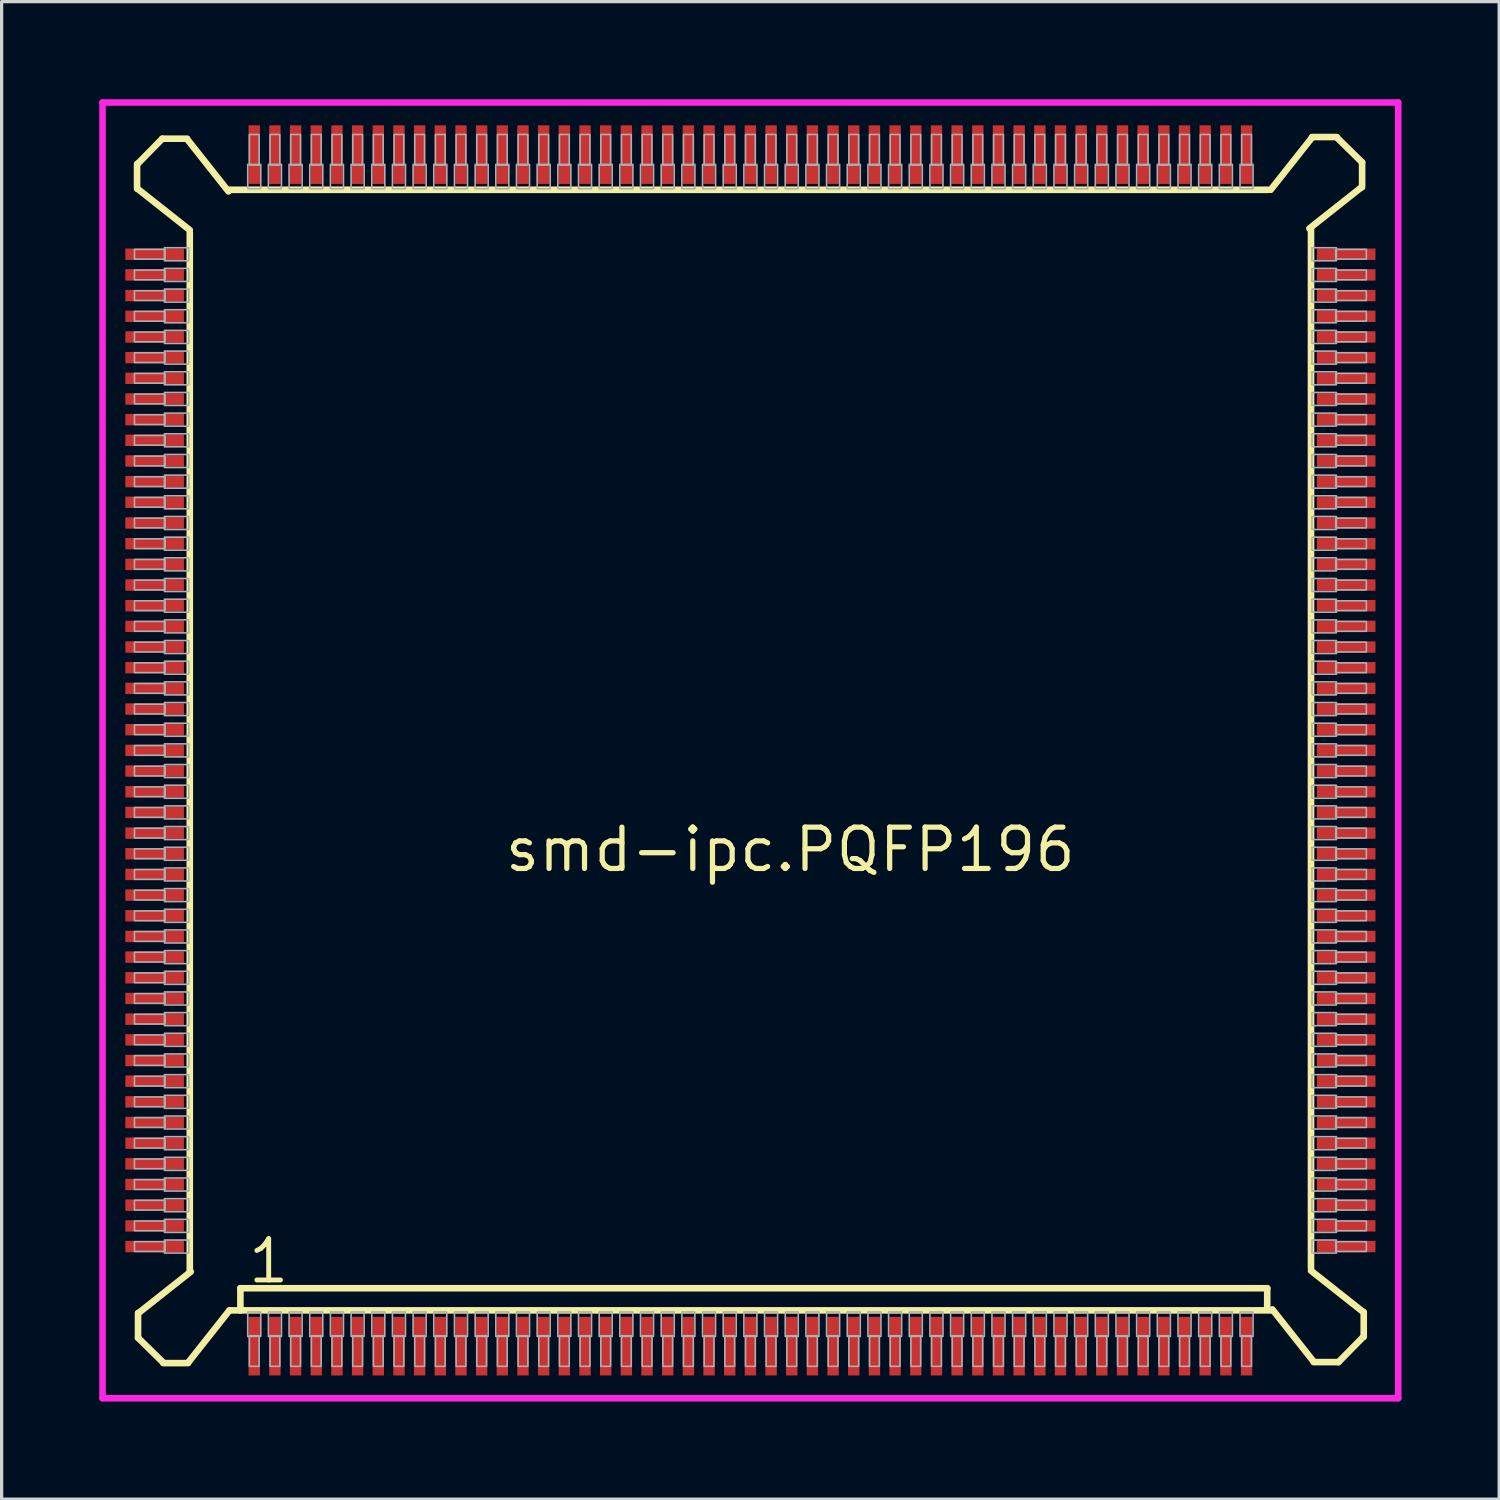
<source format=kicad_pcb>
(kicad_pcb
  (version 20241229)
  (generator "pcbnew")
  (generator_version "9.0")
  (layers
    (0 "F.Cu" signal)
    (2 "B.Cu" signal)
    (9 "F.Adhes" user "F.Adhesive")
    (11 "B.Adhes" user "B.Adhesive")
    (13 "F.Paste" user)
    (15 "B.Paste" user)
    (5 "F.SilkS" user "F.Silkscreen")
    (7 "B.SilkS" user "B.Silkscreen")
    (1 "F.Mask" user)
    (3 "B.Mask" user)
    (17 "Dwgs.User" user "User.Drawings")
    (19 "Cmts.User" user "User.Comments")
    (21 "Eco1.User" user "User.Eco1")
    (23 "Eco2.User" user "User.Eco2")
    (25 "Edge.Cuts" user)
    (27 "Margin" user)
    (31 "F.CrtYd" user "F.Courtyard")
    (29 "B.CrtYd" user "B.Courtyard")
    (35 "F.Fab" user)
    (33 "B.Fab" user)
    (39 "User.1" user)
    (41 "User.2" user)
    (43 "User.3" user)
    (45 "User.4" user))
  (footprint "smd-ipc.PQFP196"
    (layer "F.Cu")
    (at 20 20)
    (property "Reference" "smd-ipc.PQFP196" (at -7.62 3.79 0) (layer "F.SilkS") (effects (font (size 1.27 1.27) (thickness 0.16)) (justify left bottom)))
    (attr smd)
    (fp_line (start -18.84 -18.014) (end -18.84 -17.252) (stroke (width 0.203) (type default)) (layer "F.SilkS"))
    (fp_line (start -18.826 -17.252) (end -17.22 -15.982) (stroke (width 0.203) (type default)) (layer "F.SilkS"))
    (fp_line (start -18.81 17.282) (end -18.81 18.044) (stroke (width 0.203) (type default)) (layer "F.SilkS"))
    (fp_line (start -18.81 18.044) (end -18.034 18.806) (stroke (width 0.203) (type default)) (layer "F.SilkS"))
    (fp_line (start -18.064 -18.79) (end -18.826 -18.014) (stroke (width 0.203) (type default)) (layer "F.SilkS"))
    (fp_line (start -18.034 18.82) (end -17.272 18.82) (stroke (width 0.203) (type default)) (layer "F.SilkS"))
    (fp_line (start -17.302 -18.79) (end -18.064 -18.79) (stroke (width 0.203) (type default)) (layer "F.SilkS"))
    (fp_line (start -17.272 18.806) (end -16.002 17.2) (stroke (width 0.203) (type default)) (layer "F.SilkS"))
    (fp_line (start -17.22 -15.9) (end -17.22 16.022) (stroke (width 0.203) (type default)) (layer "F.SilkS"))
    (fp_line (start -17.19 16.012) (end -18.796 17.282) (stroke (width 0.203) (type default)) (layer "F.SilkS"))
    (fp_line (start -16.032 -17.17) (end -17.302 -18.776) (stroke (width 0.203) (type default)) (layer "F.SilkS"))
    (fp_line (start -16.002 17.2) (end -15.666 17.2) (stroke (width 0.203) (type default)) (layer "F.SilkS"))
    (fp_line (start -15.666 16.52) (end 15.875 16.52) (stroke (width 0.203) (type default)) (layer "F.SilkS"))
    (fp_line (start -15.666 17.2) (end -15.666 16.52) (stroke (width 0.203) (type default)) (layer "F.SilkS"))
    (fp_line (start -15.666 17.2) (end 16.002 17.2) (stroke (width 0.203) (type default)) (layer "F.SilkS"))
    (fp_line (start 15.875 16.52) (end 15.875 17.155) (stroke (width 0.203) (type default)) (layer "F.SilkS"))
    (fp_line (start 15.9 -17.22) (end -16.022 -17.22) (stroke (width 0.203) (type default)) (layer "F.SilkS"))
    (fp_line (start 16.032 17.17) (end 17.302 18.776) (stroke (width 0.203) (type default)) (layer "F.SilkS"))
    (fp_line (start 17.17 -16.032) (end 18.776 -17.302) (stroke (width 0.203) (type default)) (layer "F.SilkS"))
    (fp_line (start 17.22 15.9) (end 17.22 -16.022) (stroke (width 0.203) (type default)) (layer "F.SilkS"))
    (fp_line (start 17.252 -18.826) (end 15.982 -17.22) (stroke (width 0.203) (type default)) (layer "F.SilkS"))
    (fp_line (start 17.302 18.79) (end 18.064 18.79) (stroke (width 0.203) (type default)) (layer "F.SilkS"))
    (fp_line (start 18.014 -18.84) (end 17.252 -18.84) (stroke (width 0.203) (type default)) (layer "F.SilkS"))
    (fp_line (start 18.064 18.79) (end 18.826 18.014) (stroke (width 0.203) (type default)) (layer "F.SilkS"))
    (fp_line (start 18.79 -18.064) (end 18.014 -18.826) (stroke (width 0.203) (type default)) (layer "F.SilkS"))
    (fp_line (start 18.79 -17.302) (end 18.79 -18.064) (stroke (width 0.203) (type default)) (layer "F.SilkS"))
    (fp_line (start 18.826 17.252) (end 17.22 15.982) (stroke (width 0.203) (type default)) (layer "F.SilkS"))
    (fp_line (start 18.84 18.014) (end 18.84 17.252) (stroke (width 0.203) (type default)) (layer "F.SilkS"))
    (fp_line (start -19.9 -19.9) (end 19.9 -19.9) (stroke (width 0.2) (type default)) (layer "F.CrtYd"))
    (fp_line (start -19.9 19.9) (end -19.9 -19.9) (stroke (width 0.2) (type default)) (layer "F.CrtYd"))
    (fp_line (start 19.9 -19.9) (end 19.9 19.9) (stroke (width 0.2) (type default)) (layer "F.CrtYd"))
    (fp_line (start 19.9 19.9) (end -19.9 19.9) (stroke (width 0.2) (type default)) (layer "F.CrtYd"))
    (fp_rect (start -18.92 -15.09) (end -17.98 -15.39) (stroke (width 0.05) (type default)) (fill no) (layer "F.Fab"))
    (fp_rect (start -18.92 -14.455) (end -17.98 -14.755) (stroke (width 0.05) (type default)) (fill no) (layer "F.Fab"))
    (fp_rect (start -18.92 -13.82) (end -17.98 -14.12) (stroke (width 0.05) (type default)) (fill no) (layer "F.Fab"))
    (fp_rect (start -18.92 -13.185) (end -17.98 -13.485) (stroke (width 0.05) (type default)) (fill no) (layer "F.Fab"))
    (fp_rect (start -18.92 -12.55) (end -17.98 -12.85) (stroke (width 0.05) (type default)) (fill no) (layer "F.Fab"))
    (fp_rect (start -18.92 -11.915) (end -17.98 -12.215) (stroke (width 0.05) (type default)) (fill no) (layer "F.Fab"))
    (fp_rect (start -18.92 -11.28) (end -17.98 -11.58) (stroke (width 0.05) (type default)) (fill no) (layer "F.Fab"))
    (fp_rect (start -18.92 -10.645) (end -17.98 -10.945) (stroke (width 0.05) (type default)) (fill no) (layer "F.Fab"))
    (fp_rect (start -18.92 -10.01) (end -17.98 -10.31) (stroke (width 0.05) (type default)) (fill no) (layer "F.Fab"))
    (fp_rect (start -18.92 -9.375) (end -17.98 -9.675) (stroke (width 0.05) (type default)) (fill no) (layer "F.Fab"))
    (fp_rect (start -18.92 -8.74) (end -17.98 -9.04) (stroke (width 0.05) (type default)) (fill no) (layer "F.Fab"))
    (fp_rect (start -18.92 -8.105) (end -17.98 -8.405) (stroke (width 0.05) (type default)) (fill no) (layer "F.Fab"))
    (fp_rect (start -18.92 -7.47) (end -17.98 -7.77) (stroke (width 0.05) (type default)) (fill no) (layer "F.Fab"))
    (fp_rect (start -18.92 -6.835) (end -17.98 -7.135) (stroke (width 0.05) (type default)) (fill no) (layer "F.Fab"))
    (fp_rect (start -18.92 -6.2) (end -17.98 -6.5) (stroke (width 0.05) (type default)) (fill no) (layer "F.Fab"))
    (fp_rect (start -18.92 -5.565) (end -17.98 -5.865) (stroke (width 0.05) (type default)) (fill no) (layer "F.Fab"))
    (fp_rect (start -18.92 -4.93) (end -17.98 -5.23) (stroke (width 0.05) (type default)) (fill no) (layer "F.Fab"))
    (fp_rect (start -18.92 -4.295) (end -17.98 -4.595) (stroke (width 0.05) (type default)) (fill no) (layer "F.Fab"))
    (fp_rect (start -18.92 -3.66) (end -17.98 -3.96) (stroke (width 0.05) (type default)) (fill no) (layer "F.Fab"))
    (fp_rect (start -18.92 -3.025) (end -17.98 -3.325) (stroke (width 0.05) (type default)) (fill no) (layer "F.Fab"))
    (fp_rect (start -18.92 -2.39) (end -17.98 -2.69) (stroke (width 0.05) (type default)) (fill no) (layer "F.Fab"))
    (fp_rect (start -18.92 -1.755) (end -17.98 -2.055) (stroke (width 0.05) (type default)) (fill no) (layer "F.Fab"))
    (fp_rect (start -18.92 -1.12) (end -17.98 -1.42) (stroke (width 0.05) (type default)) (fill no) (layer "F.Fab"))
    (fp_rect (start -18.92 -0.485) (end -17.98 -0.785) (stroke (width 0.05) (type default)) (fill no) (layer "F.Fab"))
    (fp_rect (start -18.92 0.15) (end -17.98 -0.15) (stroke (width 0.05) (type default)) (fill no) (layer "F.Fab"))
    (fp_rect (start -18.92 0.785) (end -17.98 0.485) (stroke (width 0.05) (type default)) (fill no) (layer "F.Fab"))
    (fp_rect (start -18.92 1.42) (end -17.98 1.12) (stroke (width 0.05) (type default)) (fill no) (layer "F.Fab"))
    (fp_rect (start -18.92 2.055) (end -17.98 1.755) (stroke (width 0.05) (type default)) (fill no) (layer "F.Fab"))
    (fp_rect (start -18.92 2.69) (end -17.98 2.39) (stroke (width 0.05) (type default)) (fill no) (layer "F.Fab"))
    (fp_rect (start -18.92 3.325) (end -17.98 3.025) (stroke (width 0.05) (type default)) (fill no) (layer "F.Fab"))
    (fp_rect (start -18.92 3.96) (end -17.98 3.66) (stroke (width 0.05) (type default)) (fill no) (layer "F.Fab"))
    (fp_rect (start -18.92 4.595) (end -17.98 4.295) (stroke (width 0.05) (type default)) (fill no) (layer "F.Fab"))
    (fp_rect (start -18.92 5.23) (end -17.98 4.93) (stroke (width 0.05) (type default)) (fill no) (layer "F.Fab"))
    (fp_rect (start -18.92 5.865) (end -17.98 5.565) (stroke (width 0.05) (type default)) (fill no) (layer "F.Fab"))
    (fp_rect (start -18.92 6.5) (end -17.98 6.2) (stroke (width 0.05) (type default)) (fill no) (layer "F.Fab"))
    (fp_rect (start -18.92 7.135) (end -17.98 6.835) (stroke (width 0.05) (type default)) (fill no) (layer "F.Fab"))
    (fp_rect (start -18.92 7.77) (end -17.98 7.47) (stroke (width 0.05) (type default)) (fill no) (layer "F.Fab"))
    (fp_rect (start -18.92 8.405) (end -17.98 8.105) (stroke (width 0.05) (type default)) (fill no) (layer "F.Fab"))
    (fp_rect (start -18.92 9.04) (end -17.98 8.74) (stroke (width 0.05) (type default)) (fill no) (layer "F.Fab"))
    (fp_rect (start -18.92 9.675) (end -17.98 9.375) (stroke (width 0.05) (type default)) (fill no) (layer "F.Fab"))
    (fp_rect (start -18.92 10.31) (end -17.98 10.01) (stroke (width 0.05) (type default)) (fill no) (layer "F.Fab"))
    (fp_rect (start -18.92 10.945) (end -17.98 10.645) (stroke (width 0.05) (type default)) (fill no) (layer "F.Fab"))
    (fp_rect (start -18.92 11.58) (end -17.98 11.28) (stroke (width 0.05) (type default)) (fill no) (layer "F.Fab"))
    (fp_rect (start -18.92 12.215) (end -17.98 11.915) (stroke (width 0.05) (type default)) (fill no) (layer "F.Fab"))
    (fp_rect (start -18.92 12.85) (end -17.98 12.55) (stroke (width 0.05) (type default)) (fill no) (layer "F.Fab"))
    (fp_rect (start -18.92 13.485) (end -17.98 13.185) (stroke (width 0.05) (type default)) (fill no) (layer "F.Fab"))
    (fp_rect (start -18.92 14.12) (end -17.98 13.82) (stroke (width 0.05) (type default)) (fill no) (layer "F.Fab"))
    (fp_rect (start -18.92 14.755) (end -17.98 14.455) (stroke (width 0.05) (type default)) (fill no) (layer "F.Fab"))
    (fp_rect (start -18.92 15.39) (end -17.98 15.09) (stroke (width 0.05) (type default)) (fill no) (layer "F.Fab"))
    (fp_rect (start -18 -15.04) (end -17.25 -15.44) (stroke (width 0.05) (type default)) (fill no) (layer "F.Fab"))
    (fp_rect (start -18 -14.405) (end -17.25 -14.805) (stroke (width 0.05) (type default)) (fill no) (layer "F.Fab"))
    (fp_rect (start -18 -13.77) (end -17.25 -14.17) (stroke (width 0.05) (type default)) (fill no) (layer "F.Fab"))
    (fp_rect (start -18 -13.135) (end -17.25 -13.535) (stroke (width 0.05) (type default)) (fill no) (layer "F.Fab"))
    (fp_rect (start -18 -12.5) (end -17.25 -12.9) (stroke (width 0.05) (type default)) (fill no) (layer "F.Fab"))
    (fp_rect (start -18 -11.865) (end -17.25 -12.265) (stroke (width 0.05) (type default)) (fill no) (layer "F.Fab"))
    (fp_rect (start -18 -11.23) (end -17.25 -11.63) (stroke (width 0.05) (type default)) (fill no) (layer "F.Fab"))
    (fp_rect (start -18 -10.595) (end -17.25 -10.995) (stroke (width 0.05) (type default)) (fill no) (layer "F.Fab"))
    (fp_rect (start -18 -9.96) (end -17.25 -10.36) (stroke (width 0.05) (type default)) (fill no) (layer "F.Fab"))
    (fp_rect (start -18 -9.325) (end -17.25 -9.725) (stroke (width 0.05) (type default)) (fill no) (layer "F.Fab"))
    (fp_rect (start -18 -8.69) (end -17.25 -9.09) (stroke (width 0.05) (type default)) (fill no) (layer "F.Fab"))
    (fp_rect (start -18 -8.055) (end -17.25 -8.455) (stroke (width 0.05) (type default)) (fill no) (layer "F.Fab"))
    (fp_rect (start -18 -7.42) (end -17.25 -7.82) (stroke (width 0.05) (type default)) (fill no) (layer "F.Fab"))
    (fp_rect (start -18 -6.785) (end -17.25 -7.185) (stroke (width 0.05) (type default)) (fill no) (layer "F.Fab"))
    (fp_rect (start -18 -6.15) (end -17.25 -6.55) (stroke (width 0.05) (type default)) (fill no) (layer "F.Fab"))
    (fp_rect (start -18 -5.515) (end -17.25 -5.915) (stroke (width 0.05) (type default)) (fill no) (layer "F.Fab"))
    (fp_rect (start -18 -4.88) (end -17.25 -5.28) (stroke (width 0.05) (type default)) (fill no) (layer "F.Fab"))
    (fp_rect (start -18 -4.245) (end -17.25 -4.645) (stroke (width 0.05) (type default)) (fill no) (layer "F.Fab"))
    (fp_rect (start -18 -3.61) (end -17.25 -4.01) (stroke (width 0.05) (type default)) (fill no) (layer "F.Fab"))
    (fp_rect (start -18 -2.975) (end -17.25 -3.375) (stroke (width 0.05) (type default)) (fill no) (layer "F.Fab"))
    (fp_rect (start -18 -2.34) (end -17.25 -2.74) (stroke (width 0.05) (type default)) (fill no) (layer "F.Fab"))
    (fp_rect (start -18 -1.705) (end -17.25 -2.105) (stroke (width 0.05) (type default)) (fill no) (layer "F.Fab"))
    (fp_rect (start -18 -1.07) (end -17.25 -1.47) (stroke (width 0.05) (type default)) (fill no) (layer "F.Fab"))
    (fp_rect (start -18 -0.435) (end -17.25 -0.835) (stroke (width 0.05) (type default)) (fill no) (layer "F.Fab"))
    (fp_rect (start -18 0.2) (end -17.25 -0.2) (stroke (width 0.05) (type default)) (fill no) (layer "F.Fab"))
    (fp_rect (start -18 0.835) (end -17.25 0.435) (stroke (width 0.05) (type default)) (fill no) (layer "F.Fab"))
    (fp_rect (start -18 1.47) (end -17.25 1.07) (stroke (width 0.05) (type default)) (fill no) (layer "F.Fab"))
    (fp_rect (start -18 2.105) (end -17.25 1.705) (stroke (width 0.05) (type default)) (fill no) (layer "F.Fab"))
    (fp_rect (start -18 2.74) (end -17.25 2.34) (stroke (width 0.05) (type default)) (fill no) (layer "F.Fab"))
    (fp_rect (start -18 3.375) (end -17.25 2.975) (stroke (width 0.05) (type default)) (fill no) (layer "F.Fab"))
    (fp_rect (start -18 4.01) (end -17.25 3.61) (stroke (width 0.05) (type default)) (fill no) (layer "F.Fab"))
    (fp_rect (start -18 4.645) (end -17.25 4.245) (stroke (width 0.05) (type default)) (fill no) (layer "F.Fab"))
    (fp_rect (start -18 5.28) (end -17.25 4.88) (stroke (width 0.05) (type default)) (fill no) (layer "F.Fab"))
    (fp_rect (start -18 5.915) (end -17.25 5.515) (stroke (width 0.05) (type default)) (fill no) (layer "F.Fab"))
    (fp_rect (start -18 6.55) (end -17.25 6.15) (stroke (width 0.05) (type default)) (fill no) (layer "F.Fab"))
    (fp_rect (start -18 7.185) (end -17.25 6.785) (stroke (width 0.05) (type default)) (fill no) (layer "F.Fab"))
    (fp_rect (start -18 7.82) (end -17.25 7.42) (stroke (width 0.05) (type default)) (fill no) (layer "F.Fab"))
    (fp_rect (start -18 8.455) (end -17.25 8.055) (stroke (width 0.05) (type default)) (fill no) (layer "F.Fab"))
    (fp_rect (start -18 9.09) (end -17.25 8.69) (stroke (width 0.05) (type default)) (fill no) (layer "F.Fab"))
    (fp_rect (start -18 9.725) (end -17.25 9.325) (stroke (width 0.05) (type default)) (fill no) (layer "F.Fab"))
    (fp_rect (start -18 10.36) (end -17.25 9.96) (stroke (width 0.05) (type default)) (fill no) (layer "F.Fab"))
    (fp_rect (start -18 10.995) (end -17.25 10.595) (stroke (width 0.05) (type default)) (fill no) (layer "F.Fab"))
    (fp_rect (start -18 11.63) (end -17.25 11.23) (stroke (width 0.05) (type default)) (fill no) (layer "F.Fab"))
    (fp_rect (start -18 12.265) (end -17.25 11.865) (stroke (width 0.05) (type default)) (fill no) (layer "F.Fab"))
    (fp_rect (start -18 12.9) (end -17.25 12.5) (stroke (width 0.05) (type default)) (fill no) (layer "F.Fab"))
    (fp_rect (start -18 13.535) (end -17.25 13.135) (stroke (width 0.05) (type default)) (fill no) (layer "F.Fab"))
    (fp_rect (start -18 14.17) (end -17.25 13.77) (stroke (width 0.05) (type default)) (fill no) (layer "F.Fab"))
    (fp_rect (start -18 14.805) (end -17.25 14.405) (stroke (width 0.05) (type default)) (fill no) (layer "F.Fab"))
    (fp_rect (start -18 15.44) (end -17.25 15.04) (stroke (width 0.05) (type default)) (fill no) (layer "F.Fab"))
    (fp_rect (start -15.44 -17.25) (end -15.04 -18) (stroke (width 0.05) (type default)) (fill no) (layer "F.Fab"))
    (fp_rect (start -15.44 18) (end -15.04 17.25) (stroke (width 0.05) (type default)) (fill no) (layer "F.Fab"))
    (fp_rect (start -15.39 -17.98) (end -15.09 -18.92) (stroke (width 0.05) (type default)) (fill no) (layer "F.Fab"))
    (fp_rect (start -15.39 18.92) (end -15.09 17.98) (stroke (width 0.05) (type default)) (fill no) (layer "F.Fab"))
    (fp_rect (start -14.805 -17.25) (end -14.405 -18) (stroke (width 0.05) (type default)) (fill no) (layer "F.Fab"))
    (fp_rect (start -14.805 18) (end -14.405 17.25) (stroke (width 0.05) (type default)) (fill no) (layer "F.Fab"))
    (fp_rect (start -14.755 -17.98) (end -14.455 -18.92) (stroke (width 0.05) (type default)) (fill no) (layer "F.Fab"))
    (fp_rect (start -14.755 18.92) (end -14.455 17.98) (stroke (width 0.05) (type default)) (fill no) (layer "F.Fab"))
    (fp_rect (start -14.17 -17.25) (end -13.77 -18) (stroke (width 0.05) (type default)) (fill no) (layer "F.Fab"))
    (fp_rect (start -14.17 18) (end -13.77 17.25) (stroke (width 0.05) (type default)) (fill no) (layer "F.Fab"))
    (fp_rect (start -14.12 -17.98) (end -13.82 -18.92) (stroke (width 0.05) (type default)) (fill no) (layer "F.Fab"))
    (fp_rect (start -14.12 18.92) (end -13.82 17.98) (stroke (width 0.05) (type default)) (fill no) (layer "F.Fab"))
    (fp_rect (start -13.535 -17.25) (end -13.135 -18) (stroke (width 0.05) (type default)) (fill no) (layer "F.Fab"))
    (fp_rect (start -13.535 18) (end -13.135 17.25) (stroke (width 0.05) (type default)) (fill no) (layer "F.Fab"))
    (fp_rect (start -13.485 -17.98) (end -13.185 -18.92) (stroke (width 0.05) (type default)) (fill no) (layer "F.Fab"))
    (fp_rect (start -13.485 18.92) (end -13.185 17.98) (stroke (width 0.05) (type default)) (fill no) (layer "F.Fab"))
    (fp_rect (start -12.9 -17.25) (end -12.5 -18) (stroke (width 0.05) (type default)) (fill no) (layer "F.Fab"))
    (fp_rect (start -12.9 18) (end -12.5 17.25) (stroke (width 0.05) (type default)) (fill no) (layer "F.Fab"))
    (fp_rect (start -12.85 -17.98) (end -12.55 -18.92) (stroke (width 0.05) (type default)) (fill no) (layer "F.Fab"))
    (fp_rect (start -12.85 18.92) (end -12.55 17.98) (stroke (width 0.05) (type default)) (fill no) (layer "F.Fab"))
    (fp_rect (start -12.265 -17.25) (end -11.865 -18) (stroke (width 0.05) (type default)) (fill no) (layer "F.Fab"))
    (fp_rect (start -12.265 18) (end -11.865 17.25) (stroke (width 0.05) (type default)) (fill no) (layer "F.Fab"))
    (fp_rect (start -12.215 -17.98) (end -11.915 -18.92) (stroke (width 0.05) (type default)) (fill no) (layer "F.Fab"))
    (fp_rect (start -12.215 18.92) (end -11.915 17.98) (stroke (width 0.05) (type default)) (fill no) (layer "F.Fab"))
    (fp_rect (start -11.63 -17.25) (end -11.23 -18) (stroke (width 0.05) (type default)) (fill no) (layer "F.Fab"))
    (fp_rect (start -11.63 18) (end -11.23 17.25) (stroke (width 0.05) (type default)) (fill no) (layer "F.Fab"))
    (fp_rect (start -11.58 -17.98) (end -11.28 -18.92) (stroke (width 0.05) (type default)) (fill no) (layer "F.Fab"))
    (fp_rect (start -11.58 18.92) (end -11.28 17.98) (stroke (width 0.05) (type default)) (fill no) (layer "F.Fab"))
    (fp_rect (start -10.995 -17.25) (end -10.595 -18) (stroke (width 0.05) (type default)) (fill no) (layer "F.Fab"))
    (fp_rect (start -10.995 18) (end -10.595 17.25) (stroke (width 0.05) (type default)) (fill no) (layer "F.Fab"))
    (fp_rect (start -10.945 -17.98) (end -10.645 -18.92) (stroke (width 0.05) (type default)) (fill no) (layer "F.Fab"))
    (fp_rect (start -10.945 18.92) (end -10.645 17.98) (stroke (width 0.05) (type default)) (fill no) (layer "F.Fab"))
    (fp_rect (start -10.36 -17.25) (end -9.96 -18) (stroke (width 0.05) (type default)) (fill no) (layer "F.Fab"))
    (fp_rect (start -10.36 18) (end -9.96 17.25) (stroke (width 0.05) (type default)) (fill no) (layer "F.Fab"))
    (fp_rect (start -10.31 -17.98) (end -10.01 -18.92) (stroke (width 0.05) (type default)) (fill no) (layer "F.Fab"))
    (fp_rect (start -10.31 18.92) (end -10.01 17.98) (stroke (width 0.05) (type default)) (fill no) (layer "F.Fab"))
    (fp_rect (start -9.725 -17.25) (end -9.325 -18) (stroke (width 0.05) (type default)) (fill no) (layer "F.Fab"))
    (fp_rect (start -9.725 18) (end -9.325 17.25) (stroke (width 0.05) (type default)) (fill no) (layer "F.Fab"))
    (fp_rect (start -9.675 -17.98) (end -9.375 -18.92) (stroke (width 0.05) (type default)) (fill no) (layer "F.Fab"))
    (fp_rect (start -9.675 18.92) (end -9.375 17.98) (stroke (width 0.05) (type default)) (fill no) (layer "F.Fab"))
    (fp_rect (start -9.09 -17.25) (end -8.69 -18) (stroke (width 0.05) (type default)) (fill no) (layer "F.Fab"))
    (fp_rect (start -9.09 18) (end -8.69 17.25) (stroke (width 0.05) (type default)) (fill no) (layer "F.Fab"))
    (fp_rect (start -9.04 -17.98) (end -8.74 -18.92) (stroke (width 0.05) (type default)) (fill no) (layer "F.Fab"))
    (fp_rect (start -9.04 18.92) (end -8.74 17.98) (stroke (width 0.05) (type default)) (fill no) (layer "F.Fab"))
    (fp_rect (start -8.455 -17.25) (end -8.055 -18) (stroke (width 0.05) (type default)) (fill no) (layer "F.Fab"))
    (fp_rect (start -8.455 18) (end -8.055 17.25) (stroke (width 0.05) (type default)) (fill no) (layer "F.Fab"))
    (fp_rect (start -8.405 -17.98) (end -8.105 -18.92) (stroke (width 0.05) (type default)) (fill no) (layer "F.Fab"))
    (fp_rect (start -8.405 18.92) (end -8.105 17.98) (stroke (width 0.05) (type default)) (fill no) (layer "F.Fab"))
    (fp_rect (start -7.82 -17.25) (end -7.42 -18) (stroke (width 0.05) (type default)) (fill no) (layer "F.Fab"))
    (fp_rect (start -7.82 18) (end -7.42 17.25) (stroke (width 0.05) (type default)) (fill no) (layer "F.Fab"))
    (fp_rect (start -7.77 -17.98) (end -7.47 -18.92) (stroke (width 0.05) (type default)) (fill no) (layer "F.Fab"))
    (fp_rect (start -7.77 18.92) (end -7.47 17.98) (stroke (width 0.05) (type default)) (fill no) (layer "F.Fab"))
    (fp_rect (start -7.185 -17.25) (end -6.785 -18) (stroke (width 0.05) (type default)) (fill no) (layer "F.Fab"))
    (fp_rect (start -7.185 18) (end -6.785 17.25) (stroke (width 0.05) (type default)) (fill no) (layer "F.Fab"))
    (fp_rect (start -7.135 -17.98) (end -6.835 -18.92) (stroke (width 0.05) (type default)) (fill no) (layer "F.Fab"))
    (fp_rect (start -7.135 18.92) (end -6.835 17.98) (stroke (width 0.05) (type default)) (fill no) (layer "F.Fab"))
    (fp_rect (start -6.55 -17.25) (end -6.15 -18) (stroke (width 0.05) (type default)) (fill no) (layer "F.Fab"))
    (fp_rect (start -6.55 18) (end -6.15 17.25) (stroke (width 0.05) (type default)) (fill no) (layer "F.Fab"))
    (fp_rect (start -6.5 -17.98) (end -6.2 -18.92) (stroke (width 0.05) (type default)) (fill no) (layer "F.Fab"))
    (fp_rect (start -6.5 18.92) (end -6.2 17.98) (stroke (width 0.05) (type default)) (fill no) (layer "F.Fab"))
    (fp_rect (start -5.915 -17.25) (end -5.515 -18) (stroke (width 0.05) (type default)) (fill no) (layer "F.Fab"))
    (fp_rect (start -5.915 18) (end -5.515 17.25) (stroke (width 0.05) (type default)) (fill no) (layer "F.Fab"))
    (fp_rect (start -5.865 -17.98) (end -5.565 -18.92) (stroke (width 0.05) (type default)) (fill no) (layer "F.Fab"))
    (fp_rect (start -5.865 18.92) (end -5.565 17.98) (stroke (width 0.05) (type default)) (fill no) (layer "F.Fab"))
    (fp_rect (start -5.28 -17.25) (end -4.88 -18) (stroke (width 0.05) (type default)) (fill no) (layer "F.Fab"))
    (fp_rect (start -5.28 18) (end -4.88 17.25) (stroke (width 0.05) (type default)) (fill no) (layer "F.Fab"))
    (fp_rect (start -5.23 -17.98) (end -4.93 -18.92) (stroke (width 0.05) (type default)) (fill no) (layer "F.Fab"))
    (fp_rect (start -5.23 18.92) (end -4.93 17.98) (stroke (width 0.05) (type default)) (fill no) (layer "F.Fab"))
    (fp_rect (start -4.645 -17.25) (end -4.245 -18) (stroke (width 0.05) (type default)) (fill no) (layer "F.Fab"))
    (fp_rect (start -4.645 18) (end -4.245 17.25) (stroke (width 0.05) (type default)) (fill no) (layer "F.Fab"))
    (fp_rect (start -4.595 -17.98) (end -4.295 -18.92) (stroke (width 0.05) (type default)) (fill no) (layer "F.Fab"))
    (fp_rect (start -4.595 18.92) (end -4.295 17.98) (stroke (width 0.05) (type default)) (fill no) (layer "F.Fab"))
    (fp_rect (start -4.01 -17.25) (end -3.61 -18) (stroke (width 0.05) (type default)) (fill no) (layer "F.Fab"))
    (fp_rect (start -4.01 18) (end -3.61 17.25) (stroke (width 0.05) (type default)) (fill no) (layer "F.Fab"))
    (fp_rect (start -3.96 -17.98) (end -3.66 -18.92) (stroke (width 0.05) (type default)) (fill no) (layer "F.Fab"))
    (fp_rect (start -3.96 18.92) (end -3.66 17.98) (stroke (width 0.05) (type default)) (fill no) (layer "F.Fab"))
    (fp_rect (start -3.375 -17.25) (end -2.975 -18) (stroke (width 0.05) (type default)) (fill no) (layer "F.Fab"))
    (fp_rect (start -3.375 18) (end -2.975 17.25) (stroke (width 0.05) (type default)) (fill no) (layer "F.Fab"))
    (fp_rect (start -3.325 -17.98) (end -3.025 -18.92) (stroke (width 0.05) (type default)) (fill no) (layer "F.Fab"))
    (fp_rect (start -3.325 18.92) (end -3.025 17.98) (stroke (width 0.05) (type default)) (fill no) (layer "F.Fab"))
    (fp_rect (start -2.74 -17.25) (end -2.34 -18) (stroke (width 0.05) (type default)) (fill no) (layer "F.Fab"))
    (fp_rect (start -2.74 18) (end -2.34 17.25) (stroke (width 0.05) (type default)) (fill no) (layer "F.Fab"))
    (fp_rect (start -2.69 -17.98) (end -2.39 -18.92) (stroke (width 0.05) (type default)) (fill no) (layer "F.Fab"))
    (fp_rect (start -2.69 18.92) (end -2.39 17.98) (stroke (width 0.05) (type default)) (fill no) (layer "F.Fab"))
    (fp_rect (start -2.105 -17.25) (end -1.705 -18) (stroke (width 0.05) (type default)) (fill no) (layer "F.Fab"))
    (fp_rect (start -2.105 18) (end -1.705 17.25) (stroke (width 0.05) (type default)) (fill no) (layer "F.Fab"))
    (fp_rect (start -2.055 -17.98) (end -1.755 -18.92) (stroke (width 0.05) (type default)) (fill no) (layer "F.Fab"))
    (fp_rect (start -2.055 18.92) (end -1.755 17.98) (stroke (width 0.05) (type default)) (fill no) (layer "F.Fab"))
    (fp_rect (start -1.47 -17.25) (end -1.07 -18) (stroke (width 0.05) (type default)) (fill no) (layer "F.Fab"))
    (fp_rect (start -1.47 18) (end -1.07 17.25) (stroke (width 0.05) (type default)) (fill no) (layer "F.Fab"))
    (fp_rect (start -1.42 -17.98) (end -1.12 -18.92) (stroke (width 0.05) (type default)) (fill no) (layer "F.Fab"))
    (fp_rect (start -1.42 18.92) (end -1.12 17.98) (stroke (width 0.05) (type default)) (fill no) (layer "F.Fab"))
    (fp_rect (start -0.835 -17.25) (end -0.435 -18) (stroke (width 0.05) (type default)) (fill no) (layer "F.Fab"))
    (fp_rect (start -0.835 18) (end -0.435 17.25) (stroke (width 0.05) (type default)) (fill no) (layer "F.Fab"))
    (fp_rect (start -0.785 -17.98) (end -0.485 -18.92) (stroke (width 0.05) (type default)) (fill no) (layer "F.Fab"))
    (fp_rect (start -0.785 18.92) (end -0.485 17.98) (stroke (width 0.05) (type default)) (fill no) (layer "F.Fab"))
    (fp_rect (start -0.2 -17.25) (end 0.2 -18) (stroke (width 0.05) (type default)) (fill no) (layer "F.Fab"))
    (fp_rect (start -0.2 18) (end 0.2 17.25) (stroke (width 0.05) (type default)) (fill no) (layer "F.Fab"))
    (fp_rect (start -0.15 -17.98) (end 0.15 -18.92) (stroke (width 0.05) (type default)) (fill no) (layer "F.Fab"))
    (fp_rect (start -0.15 18.92) (end 0.15 17.98) (stroke (width 0.05) (type default)) (fill no) (layer "F.Fab"))
    (fp_rect (start 0.435 -17.25) (end 0.835 -18) (stroke (width 0.05) (type default)) (fill no) (layer "F.Fab"))
    (fp_rect (start 0.435 18) (end 0.835 17.25) (stroke (width 0.05) (type default)) (fill no) (layer "F.Fab"))
    (fp_rect (start 0.485 -17.98) (end 0.785 -18.92) (stroke (width 0.05) (type default)) (fill no) (layer "F.Fab"))
    (fp_rect (start 0.485 18.92) (end 0.785 17.98) (stroke (width 0.05) (type default)) (fill no) (layer "F.Fab"))
    (fp_rect (start 1.07 -17.25) (end 1.47 -18) (stroke (width 0.05) (type default)) (fill no) (layer "F.Fab"))
    (fp_rect (start 1.07 18) (end 1.47 17.25) (stroke (width 0.05) (type default)) (fill no) (layer "F.Fab"))
    (fp_rect (start 1.12 -17.98) (end 1.42 -18.92) (stroke (width 0.05) (type default)) (fill no) (layer "F.Fab"))
    (fp_rect (start 1.12 18.92) (end 1.42 17.98) (stroke (width 0.05) (type default)) (fill no) (layer "F.Fab"))
    (fp_rect (start 1.705 -17.25) (end 2.105 -18) (stroke (width 0.05) (type default)) (fill no) (layer "F.Fab"))
    (fp_rect (start 1.705 18) (end 2.105 17.25) (stroke (width 0.05) (type default)) (fill no) (layer "F.Fab"))
    (fp_rect (start 1.755 -17.98) (end 2.055 -18.92) (stroke (width 0.05) (type default)) (fill no) (layer "F.Fab"))
    (fp_rect (start 1.755 18.92) (end 2.055 17.98) (stroke (width 0.05) (type default)) (fill no) (layer "F.Fab"))
    (fp_rect (start 2.34 -17.25) (end 2.74 -18) (stroke (width 0.05) (type default)) (fill no) (layer "F.Fab"))
    (fp_rect (start 2.34 18) (end 2.74 17.25) (stroke (width 0.05) (type default)) (fill no) (layer "F.Fab"))
    (fp_rect (start 2.39 -17.98) (end 2.69 -18.92) (stroke (width 0.05) (type default)) (fill no) (layer "F.Fab"))
    (fp_rect (start 2.39 18.92) (end 2.69 17.98) (stroke (width 0.05) (type default)) (fill no) (layer "F.Fab"))
    (fp_rect (start 2.975 -17.25) (end 3.375 -18) (stroke (width 0.05) (type default)) (fill no) (layer "F.Fab"))
    (fp_rect (start 2.975 18) (end 3.375 17.25) (stroke (width 0.05) (type default)) (fill no) (layer "F.Fab"))
    (fp_rect (start 3.025 -17.98) (end 3.325 -18.92) (stroke (width 0.05) (type default)) (fill no) (layer "F.Fab"))
    (fp_rect (start 3.025 18.92) (end 3.325 17.98) (stroke (width 0.05) (type default)) (fill no) (layer "F.Fab"))
    (fp_rect (start 3.61 -17.25) (end 4.01 -18) (stroke (width 0.05) (type default)) (fill no) (layer "F.Fab"))
    (fp_rect (start 3.61 18) (end 4.01 17.25) (stroke (width 0.05) (type default)) (fill no) (layer "F.Fab"))
    (fp_rect (start 3.66 -17.98) (end 3.96 -18.92) (stroke (width 0.05) (type default)) (fill no) (layer "F.Fab"))
    (fp_rect (start 3.66 18.92) (end 3.96 17.98) (stroke (width 0.05) (type default)) (fill no) (layer "F.Fab"))
    (fp_rect (start 4.245 -17.25) (end 4.645 -18) (stroke (width 0.05) (type default)) (fill no) (layer "F.Fab"))
    (fp_rect (start 4.245 18) (end 4.645 17.25) (stroke (width 0.05) (type default)) (fill no) (layer "F.Fab"))
    (fp_rect (start 4.295 -17.98) (end 4.595 -18.92) (stroke (width 0.05) (type default)) (fill no) (layer "F.Fab"))
    (fp_rect (start 4.295 18.92) (end 4.595 17.98) (stroke (width 0.05) (type default)) (fill no) (layer "F.Fab"))
    (fp_rect (start 4.88 -17.25) (end 5.28 -18) (stroke (width 0.05) (type default)) (fill no) (layer "F.Fab"))
    (fp_rect (start 4.88 18) (end 5.28 17.25) (stroke (width 0.05) (type default)) (fill no) (layer "F.Fab"))
    (fp_rect (start 4.93 -17.98) (end 5.23 -18.92) (stroke (width 0.05) (type default)) (fill no) (layer "F.Fab"))
    (fp_rect (start 4.93 18.92) (end 5.23 17.98) (stroke (width 0.05) (type default)) (fill no) (layer "F.Fab"))
    (fp_rect (start 5.515 -17.25) (end 5.915 -18) (stroke (width 0.05) (type default)) (fill no) (layer "F.Fab"))
    (fp_rect (start 5.515 18) (end 5.915 17.25) (stroke (width 0.05) (type default)) (fill no) (layer "F.Fab"))
    (fp_rect (start 5.565 -17.98) (end 5.865 -18.92) (stroke (width 0.05) (type default)) (fill no) (layer "F.Fab"))
    (fp_rect (start 5.565 18.92) (end 5.865 17.98) (stroke (width 0.05) (type default)) (fill no) (layer "F.Fab"))
    (fp_rect (start 6.15 -17.25) (end 6.55 -18) (stroke (width 0.05) (type default)) (fill no) (layer "F.Fab"))
    (fp_rect (start 6.15 18) (end 6.55 17.25) (stroke (width 0.05) (type default)) (fill no) (layer "F.Fab"))
    (fp_rect (start 6.2 -17.98) (end 6.5 -18.92) (stroke (width 0.05) (type default)) (fill no) (layer "F.Fab"))
    (fp_rect (start 6.2 18.92) (end 6.5 17.98) (stroke (width 0.05) (type default)) (fill no) (layer "F.Fab"))
    (fp_rect (start 6.785 -17.25) (end 7.185 -18) (stroke (width 0.05) (type default)) (fill no) (layer "F.Fab"))
    (fp_rect (start 6.785 18) (end 7.185 17.25) (stroke (width 0.05) (type default)) (fill no) (layer "F.Fab"))
    (fp_rect (start 6.835 -17.98) (end 7.135 -18.92) (stroke (width 0.05) (type default)) (fill no) (layer "F.Fab"))
    (fp_rect (start 6.835 18.92) (end 7.135 17.98) (stroke (width 0.05) (type default)) (fill no) (layer "F.Fab"))
    (fp_rect (start 7.42 -17.25) (end 7.82 -18) (stroke (width 0.05) (type default)) (fill no) (layer "F.Fab"))
    (fp_rect (start 7.42 18) (end 7.82 17.25) (stroke (width 0.05) (type default)) (fill no) (layer "F.Fab"))
    (fp_rect (start 7.47 -17.98) (end 7.77 -18.92) (stroke (width 0.05) (type default)) (fill no) (layer "F.Fab"))
    (fp_rect (start 7.47 18.92) (end 7.77 17.98) (stroke (width 0.05) (type default)) (fill no) (layer "F.Fab"))
    (fp_rect (start 8.055 -17.25) (end 8.455 -18) (stroke (width 0.05) (type default)) (fill no) (layer "F.Fab"))
    (fp_rect (start 8.055 18) (end 8.455 17.25) (stroke (width 0.05) (type default)) (fill no) (layer "F.Fab"))
    (fp_rect (start 8.105 -17.98) (end 8.405 -18.92) (stroke (width 0.05) (type default)) (fill no) (layer "F.Fab"))
    (fp_rect (start 8.105 18.92) (end 8.405 17.98) (stroke (width 0.05) (type default)) (fill no) (layer "F.Fab"))
    (fp_rect (start 8.69 -17.25) (end 9.09 -18) (stroke (width 0.05) (type default)) (fill no) (layer "F.Fab"))
    (fp_rect (start 8.69 18) (end 9.09 17.25) (stroke (width 0.05) (type default)) (fill no) (layer "F.Fab"))
    (fp_rect (start 8.74 -17.98) (end 9.04 -18.92) (stroke (width 0.05) (type default)) (fill no) (layer "F.Fab"))
    (fp_rect (start 8.74 18.92) (end 9.04 17.98) (stroke (width 0.05) (type default)) (fill no) (layer "F.Fab"))
    (fp_rect (start 9.325 -17.25) (end 9.725 -18) (stroke (width 0.05) (type default)) (fill no) (layer "F.Fab"))
    (fp_rect (start 9.325 18) (end 9.725 17.25) (stroke (width 0.05) (type default)) (fill no) (layer "F.Fab"))
    (fp_rect (start 9.375 -17.98) (end 9.675 -18.92) (stroke (width 0.05) (type default)) (fill no) (layer "F.Fab"))
    (fp_rect (start 9.375 18.92) (end 9.675 17.98) (stroke (width 0.05) (type default)) (fill no) (layer "F.Fab"))
    (fp_rect (start 9.96 -17.25) (end 10.36 -18) (stroke (width 0.05) (type default)) (fill no) (layer "F.Fab"))
    (fp_rect (start 9.96 18) (end 10.36 17.25) (stroke (width 0.05) (type default)) (fill no) (layer "F.Fab"))
    (fp_rect (start 10.01 -17.98) (end 10.31 -18.92) (stroke (width 0.05) (type default)) (fill no) (layer "F.Fab"))
    (fp_rect (start 10.01 18.92) (end 10.31 17.98) (stroke (width 0.05) (type default)) (fill no) (layer "F.Fab"))
    (fp_rect (start 10.595 -17.25) (end 10.995 -18) (stroke (width 0.05) (type default)) (fill no) (layer "F.Fab"))
    (fp_rect (start 10.595 18) (end 10.995 17.25) (stroke (width 0.05) (type default)) (fill no) (layer "F.Fab"))
    (fp_rect (start 10.645 -17.98) (end 10.945 -18.92) (stroke (width 0.05) (type default)) (fill no) (layer "F.Fab"))
    (fp_rect (start 10.645 18.92) (end 10.945 17.98) (stroke (width 0.05) (type default)) (fill no) (layer "F.Fab"))
    (fp_rect (start 11.23 -17.25) (end 11.63 -18) (stroke (width 0.05) (type default)) (fill no) (layer "F.Fab"))
    (fp_rect (start 11.23 18) (end 11.63 17.25) (stroke (width 0.05) (type default)) (fill no) (layer "F.Fab"))
    (fp_rect (start 11.28 -17.98) (end 11.58 -18.92) (stroke (width 0.05) (type default)) (fill no) (layer "F.Fab"))
    (fp_rect (start 11.28 18.92) (end 11.58 17.98) (stroke (width 0.05) (type default)) (fill no) (layer "F.Fab"))
    (fp_rect (start 11.865 -17.25) (end 12.265 -18) (stroke (width 0.05) (type default)) (fill no) (layer "F.Fab"))
    (fp_rect (start 11.865 18) (end 12.265 17.25) (stroke (width 0.05) (type default)) (fill no) (layer "F.Fab"))
    (fp_rect (start 11.915 -17.98) (end 12.215 -18.92) (stroke (width 0.05) (type default)) (fill no) (layer "F.Fab"))
    (fp_rect (start 11.915 18.92) (end 12.215 17.98) (stroke (width 0.05) (type default)) (fill no) (layer "F.Fab"))
    (fp_rect (start 12.5 -17.25) (end 12.9 -18) (stroke (width 0.05) (type default)) (fill no) (layer "F.Fab"))
    (fp_rect (start 12.5 18) (end 12.9 17.25) (stroke (width 0.05) (type default)) (fill no) (layer "F.Fab"))
    (fp_rect (start 12.55 -17.98) (end 12.85 -18.92) (stroke (width 0.05) (type default)) (fill no) (layer "F.Fab"))
    (fp_rect (start 12.55 18.92) (end 12.85 17.98) (stroke (width 0.05) (type default)) (fill no) (layer "F.Fab"))
    (fp_rect (start 13.135 -17.25) (end 13.535 -18) (stroke (width 0.05) (type default)) (fill no) (layer "F.Fab"))
    (fp_rect (start 13.135 18) (end 13.535 17.25) (stroke (width 0.05) (type default)) (fill no) (layer "F.Fab"))
    (fp_rect (start 13.185 -17.98) (end 13.485 -18.92) (stroke (width 0.05) (type default)) (fill no) (layer "F.Fab"))
    (fp_rect (start 13.185 18.92) (end 13.485 17.98) (stroke (width 0.05) (type default)) (fill no) (layer "F.Fab"))
    (fp_rect (start 13.77 -17.25) (end 14.17 -18) (stroke (width 0.05) (type default)) (fill no) (layer "F.Fab"))
    (fp_rect (start 13.77 18) (end 14.17 17.25) (stroke (width 0.05) (type default)) (fill no) (layer "F.Fab"))
    (fp_rect (start 13.82 -17.98) (end 14.12 -18.92) (stroke (width 0.05) (type default)) (fill no) (layer "F.Fab"))
    (fp_rect (start 13.82 18.92) (end 14.12 17.98) (stroke (width 0.05) (type default)) (fill no) (layer "F.Fab"))
    (fp_rect (start 14.405 -17.25) (end 14.805 -18) (stroke (width 0.05) (type default)) (fill no) (layer "F.Fab"))
    (fp_rect (start 14.405 18) (end 14.805 17.25) (stroke (width 0.05) (type default)) (fill no) (layer "F.Fab"))
    (fp_rect (start 14.455 -17.98) (end 14.755 -18.92) (stroke (width 0.05) (type default)) (fill no) (layer "F.Fab"))
    (fp_rect (start 14.455 18.92) (end 14.755 17.98) (stroke (width 0.05) (type default)) (fill no) (layer "F.Fab"))
    (fp_rect (start 15.04 -17.25) (end 15.44 -18) (stroke (width 0.05) (type default)) (fill no) (layer "F.Fab"))
    (fp_rect (start 15.04 18) (end 15.44 17.25) (stroke (width 0.05) (type default)) (fill no) (layer "F.Fab"))
    (fp_rect (start 15.09 -17.98) (end 15.39 -18.92) (stroke (width 0.05) (type default)) (fill no) (layer "F.Fab"))
    (fp_rect (start 15.09 18.92) (end 15.39 17.98) (stroke (width 0.05) (type default)) (fill no) (layer "F.Fab"))
    (fp_rect (start 17.25 -15.04) (end 18 -15.44) (stroke (width 0.05) (type default)) (fill no) (layer "F.Fab"))
    (fp_rect (start 17.25 -14.405) (end 18 -14.805) (stroke (width 0.05) (type default)) (fill no) (layer "F.Fab"))
    (fp_rect (start 17.25 -13.77) (end 18 -14.17) (stroke (width 0.05) (type default)) (fill no) (layer "F.Fab"))
    (fp_rect (start 17.25 -13.135) (end 18 -13.535) (stroke (width 0.05) (type default)) (fill no) (layer "F.Fab"))
    (fp_rect (start 17.25 -12.5) (end 18 -12.9) (stroke (width 0.05) (type default)) (fill no) (layer "F.Fab"))
    (fp_rect (start 17.25 -11.865) (end 18 -12.265) (stroke (width 0.05) (type default)) (fill no) (layer "F.Fab"))
    (fp_rect (start 17.25 -11.23) (end 18 -11.63) (stroke (width 0.05) (type default)) (fill no) (layer "F.Fab"))
    (fp_rect (start 17.25 -10.595) (end 18 -10.995) (stroke (width 0.05) (type default)) (fill no) (layer "F.Fab"))
    (fp_rect (start 17.25 -9.96) (end 18 -10.36) (stroke (width 0.05) (type default)) (fill no) (layer "F.Fab"))
    (fp_rect (start 17.25 -9.325) (end 18 -9.725) (stroke (width 0.05) (type default)) (fill no) (layer "F.Fab"))
    (fp_rect (start 17.25 -8.69) (end 18 -9.09) (stroke (width 0.05) (type default)) (fill no) (layer "F.Fab"))
    (fp_rect (start 17.25 -8.055) (end 18 -8.455) (stroke (width 0.05) (type default)) (fill no) (layer "F.Fab"))
    (fp_rect (start 17.25 -7.42) (end 18 -7.82) (stroke (width 0.05) (type default)) (fill no) (layer "F.Fab"))
    (fp_rect (start 17.25 -6.785) (end 18 -7.185) (stroke (width 0.05) (type default)) (fill no) (layer "F.Fab"))
    (fp_rect (start 17.25 -6.15) (end 18 -6.55) (stroke (width 0.05) (type default)) (fill no) (layer "F.Fab"))
    (fp_rect (start 17.25 -5.515) (end 18 -5.915) (stroke (width 0.05) (type default)) (fill no) (layer "F.Fab"))
    (fp_rect (start 17.25 -4.88) (end 18 -5.28) (stroke (width 0.05) (type default)) (fill no) (layer "F.Fab"))
    (fp_rect (start 17.25 -4.245) (end 18 -4.645) (stroke (width 0.05) (type default)) (fill no) (layer "F.Fab"))
    (fp_rect (start 17.25 -3.61) (end 18 -4.01) (stroke (width 0.05) (type default)) (fill no) (layer "F.Fab"))
    (fp_rect (start 17.25 -2.975) (end 18 -3.375) (stroke (width 0.05) (type default)) (fill no) (layer "F.Fab"))
    (fp_rect (start 17.25 -2.34) (end 18 -2.74) (stroke (width 0.05) (type default)) (fill no) (layer "F.Fab"))
    (fp_rect (start 17.25 -1.705) (end 18 -2.105) (stroke (width 0.05) (type default)) (fill no) (layer "F.Fab"))
    (fp_rect (start 17.25 -1.07) (end 18 -1.47) (stroke (width 0.05) (type default)) (fill no) (layer "F.Fab"))
    (fp_rect (start 17.25 -0.435) (end 18 -0.835) (stroke (width 0.05) (type default)) (fill no) (layer "F.Fab"))
    (fp_rect (start 17.25 0.2) (end 18 -0.2) (stroke (width 0.05) (type default)) (fill no) (layer "F.Fab"))
    (fp_rect (start 17.25 0.835) (end 18 0.435) (stroke (width 0.05) (type default)) (fill no) (layer "F.Fab"))
    (fp_rect (start 17.25 1.47) (end 18 1.07) (stroke (width 0.05) (type default)) (fill no) (layer "F.Fab"))
    (fp_rect (start 17.25 2.105) (end 18 1.705) (stroke (width 0.05) (type default)) (fill no) (layer "F.Fab"))
    (fp_rect (start 17.25 2.74) (end 18 2.34) (stroke (width 0.05) (type default)) (fill no) (layer "F.Fab"))
    (fp_rect (start 17.25 3.375) (end 18 2.975) (stroke (width 0.05) (type default)) (fill no) (layer "F.Fab"))
    (fp_rect (start 17.25 4.01) (end 18 3.61) (stroke (width 0.05) (type default)) (fill no) (layer "F.Fab"))
    (fp_rect (start 17.25 4.645) (end 18 4.245) (stroke (width 0.05) (type default)) (fill no) (layer "F.Fab"))
    (fp_rect (start 17.25 5.28) (end 18 4.88) (stroke (width 0.05) (type default)) (fill no) (layer "F.Fab"))
    (fp_rect (start 17.25 5.915) (end 18 5.515) (stroke (width 0.05) (type default)) (fill no) (layer "F.Fab"))
    (fp_rect (start 17.25 6.55) (end 18 6.15) (stroke (width 0.05) (type default)) (fill no) (layer "F.Fab"))
    (fp_rect (start 17.25 7.185) (end 18 6.785) (stroke (width 0.05) (type default)) (fill no) (layer "F.Fab"))
    (fp_rect (start 17.25 7.82) (end 18 7.42) (stroke (width 0.05) (type default)) (fill no) (layer "F.Fab"))
    (fp_rect (start 17.25 8.455) (end 18 8.055) (stroke (width 0.05) (type default)) (fill no) (layer "F.Fab"))
    (fp_rect (start 17.25 9.09) (end 18 8.69) (stroke (width 0.05) (type default)) (fill no) (layer "F.Fab"))
    (fp_rect (start 17.25 9.725) (end 18 9.325) (stroke (width 0.05) (type default)) (fill no) (layer "F.Fab"))
    (fp_rect (start 17.25 10.36) (end 18 9.96) (stroke (width 0.05) (type default)) (fill no) (layer "F.Fab"))
    (fp_rect (start 17.25 10.995) (end 18 10.595) (stroke (width 0.05) (type default)) (fill no) (layer "F.Fab"))
    (fp_rect (start 17.25 11.63) (end 18 11.23) (stroke (width 0.05) (type default)) (fill no) (layer "F.Fab"))
    (fp_rect (start 17.25 12.265) (end 18 11.865) (stroke (width 0.05) (type default)) (fill no) (layer "F.Fab"))
    (fp_rect (start 17.25 12.9) (end 18 12.5) (stroke (width 0.05) (type default)) (fill no) (layer "F.Fab"))
    (fp_rect (start 17.25 13.535) (end 18 13.135) (stroke (width 0.05) (type default)) (fill no) (layer "F.Fab"))
    (fp_rect (start 17.25 14.17) (end 18 13.77) (stroke (width 0.05) (type default)) (fill no) (layer "F.Fab"))
    (fp_rect (start 17.25 14.805) (end 18 14.405) (stroke (width 0.05) (type default)) (fill no) (layer "F.Fab"))
    (fp_rect (start 17.25 15.44) (end 18 15.04) (stroke (width 0.05) (type default)) (fill no) (layer "F.Fab"))
    (fp_rect (start 17.98 -15.09) (end 18.92 -15.39) (stroke (width 0.05) (type default)) (fill no) (layer "F.Fab"))
    (fp_rect (start 17.98 -14.455) (end 18.92 -14.755) (stroke (width 0.05) (type default)) (fill no) (layer "F.Fab"))
    (fp_rect (start 17.98 -13.82) (end 18.92 -14.12) (stroke (width 0.05) (type default)) (fill no) (layer "F.Fab"))
    (fp_rect (start 17.98 -13.185) (end 18.92 -13.485) (stroke (width 0.05) (type default)) (fill no) (layer "F.Fab"))
    (fp_rect (start 17.98 -12.55) (end 18.92 -12.85) (stroke (width 0.05) (type default)) (fill no) (layer "F.Fab"))
    (fp_rect (start 17.98 -11.915) (end 18.92 -12.215) (stroke (width 0.05) (type default)) (fill no) (layer "F.Fab"))
    (fp_rect (start 17.98 -11.28) (end 18.92 -11.58) (stroke (width 0.05) (type default)) (fill no) (layer "F.Fab"))
    (fp_rect (start 17.98 -10.645) (end 18.92 -10.945) (stroke (width 0.05) (type default)) (fill no) (layer "F.Fab"))
    (fp_rect (start 17.98 -10.01) (end 18.92 -10.31) (stroke (width 0.05) (type default)) (fill no) (layer "F.Fab"))
    (fp_rect (start 17.98 -9.375) (end 18.92 -9.675) (stroke (width 0.05) (type default)) (fill no) (layer "F.Fab"))
    (fp_rect (start 17.98 -8.74) (end 18.92 -9.04) (stroke (width 0.05) (type default)) (fill no) (layer "F.Fab"))
    (fp_rect (start 17.98 -8.105) (end 18.92 -8.405) (stroke (width 0.05) (type default)) (fill no) (layer "F.Fab"))
    (fp_rect (start 17.98 -7.47) (end 18.92 -7.77) (stroke (width 0.05) (type default)) (fill no) (layer "F.Fab"))
    (fp_rect (start 17.98 -6.835) (end 18.92 -7.135) (stroke (width 0.05) (type default)) (fill no) (layer "F.Fab"))
    (fp_rect (start 17.98 -6.2) (end 18.92 -6.5) (stroke (width 0.05) (type default)) (fill no) (layer "F.Fab"))
    (fp_rect (start 17.98 -5.565) (end 18.92 -5.865) (stroke (width 0.05) (type default)) (fill no) (layer "F.Fab"))
    (fp_rect (start 17.98 -4.93) (end 18.92 -5.23) (stroke (width 0.05) (type default)) (fill no) (layer "F.Fab"))
    (fp_rect (start 17.98 -4.295) (end 18.92 -4.595) (stroke (width 0.05) (type default)) (fill no) (layer "F.Fab"))
    (fp_rect (start 17.98 -3.66) (end 18.92 -3.96) (stroke (width 0.05) (type default)) (fill no) (layer "F.Fab"))
    (fp_rect (start 17.98 -3.025) (end 18.92 -3.325) (stroke (width 0.05) (type default)) (fill no) (layer "F.Fab"))
    (fp_rect (start 17.98 -2.39) (end 18.92 -2.69) (stroke (width 0.05) (type default)) (fill no) (layer "F.Fab"))
    (fp_rect (start 17.98 -1.755) (end 18.92 -2.055) (stroke (width 0.05) (type default)) (fill no) (layer "F.Fab"))
    (fp_rect (start 17.98 -1.12) (end 18.92 -1.42) (stroke (width 0.05) (type default)) (fill no) (layer "F.Fab"))
    (fp_rect (start 17.98 -0.485) (end 18.92 -0.785) (stroke (width 0.05) (type default)) (fill no) (layer "F.Fab"))
    (fp_rect (start 17.98 0.15) (end 18.92 -0.15) (stroke (width 0.05) (type default)) (fill no) (layer "F.Fab"))
    (fp_rect (start 17.98 0.785) (end 18.92 0.485) (stroke (width 0.05) (type default)) (fill no) (layer "F.Fab"))
    (fp_rect (start 17.98 1.42) (end 18.92 1.12) (stroke (width 0.05) (type default)) (fill no) (layer "F.Fab"))
    (fp_rect (start 17.98 2.055) (end 18.92 1.755) (stroke (width 0.05) (type default)) (fill no) (layer "F.Fab"))
    (fp_rect (start 17.98 2.69) (end 18.92 2.39) (stroke (width 0.05) (type default)) (fill no) (layer "F.Fab"))
    (fp_rect (start 17.98 3.325) (end 18.92 3.025) (stroke (width 0.05) (type default)) (fill no) (layer "F.Fab"))
    (fp_rect (start 17.98 3.96) (end 18.92 3.66) (stroke (width 0.05) (type default)) (fill no) (layer "F.Fab"))
    (fp_rect (start 17.98 4.595) (end 18.92 4.295) (stroke (width 0.05) (type default)) (fill no) (layer "F.Fab"))
    (fp_rect (start 17.98 5.23) (end 18.92 4.93) (stroke (width 0.05) (type default)) (fill no) (layer "F.Fab"))
    (fp_rect (start 17.98 5.865) (end 18.92 5.565) (stroke (width 0.05) (type default)) (fill no) (layer "F.Fab"))
    (fp_rect (start 17.98 6.5) (end 18.92 6.2) (stroke (width 0.05) (type default)) (fill no) (layer "F.Fab"))
    (fp_rect (start 17.98 7.135) (end 18.92 6.835) (stroke (width 0.05) (type default)) (fill no) (layer "F.Fab"))
    (fp_rect (start 17.98 7.77) (end 18.92 7.47) (stroke (width 0.05) (type default)) (fill no) (layer "F.Fab"))
    (fp_rect (start 17.98 8.405) (end 18.92 8.105) (stroke (width 0.05) (type default)) (fill no) (layer "F.Fab"))
    (fp_rect (start 17.98 9.04) (end 18.92 8.74) (stroke (width 0.05) (type default)) (fill no) (layer "F.Fab"))
    (fp_rect (start 17.98 9.675) (end 18.92 9.375) (stroke (width 0.05) (type default)) (fill no) (layer "F.Fab"))
    (fp_rect (start 17.98 10.31) (end 18.92 10.01) (stroke (width 0.05) (type default)) (fill no) (layer "F.Fab"))
    (fp_rect (start 17.98 10.945) (end 18.92 10.645) (stroke (width 0.05) (type default)) (fill no) (layer "F.Fab"))
    (fp_rect (start 17.98 11.58) (end 18.92 11.28) (stroke (width 0.05) (type default)) (fill no) (layer "F.Fab"))
    (fp_rect (start 17.98 12.215) (end 18.92 11.915) (stroke (width 0.05) (type default)) (fill no) (layer "F.Fab"))
    (fp_rect (start 17.98 12.85) (end 18.92 12.55) (stroke (width 0.05) (type default)) (fill no) (layer "F.Fab"))
    (fp_rect (start 17.98 13.485) (end 18.92 13.185) (stroke (width 0.05) (type default)) (fill no) (layer "F.Fab"))
    (fp_rect (start 17.98 14.12) (end 18.92 13.82) (stroke (width 0.05) (type default)) (fill no) (layer "F.Fab"))
    (fp_rect (start 17.98 14.755) (end 18.92 14.455) (stroke (width 0.05) (type default)) (fill no) (layer "F.Fab"))
    (fp_rect (start 17.98 15.39) (end 18.92 15.09) (stroke (width 0.05) (type default)) (fill no) (layer "F.Fab"))
    (fp_text user "1" (at -15.5 16.43 0) (layer "F.SilkS") (effects (font (size 1.27 1.27) (thickness 0.15)) (justify left bottom)))
    (pad "1" smd roundrect (at -15.24 18.3) (size 0.35 1.8) (layers "F.Cu" "F.Mask" "F.Paste") (roundrect_rratio 0.01))
    (pad "2" smd roundrect (at -14.605 18.3) (size 0.35 1.8) (layers "F.Cu" "F.Mask" "F.Paste") (roundrect_rratio 0.01))
    (pad "3" smd roundrect (at -13.97 18.3) (size 0.35 1.8) (layers "F.Cu" "F.Mask" "F.Paste") (roundrect_rratio 0.01))
    (pad "4" smd roundrect (at -13.335 18.3) (size 0.35 1.8) (layers "F.Cu" "F.Mask" "F.Paste") (roundrect_rratio 0.01))
    (pad "5" smd roundrect (at -12.7 18.3) (size 0.35 1.8) (layers "F.Cu" "F.Mask" "F.Paste") (roundrect_rratio 0.01))
    (pad "6" smd roundrect (at -12.065 18.3) (size 0.35 1.8) (layers "F.Cu" "F.Mask" "F.Paste") (roundrect_rratio 0.01))
    (pad "7" smd roundrect (at -11.43 18.3) (size 0.35 1.8) (layers "F.Cu" "F.Mask" "F.Paste") (roundrect_rratio 0.01))
    (pad "8" smd roundrect (at -10.795 18.3) (size 0.35 1.8) (layers "F.Cu" "F.Mask" "F.Paste") (roundrect_rratio 0.01))
    (pad "9" smd roundrect (at -10.16 18.3) (size 0.35 1.8) (layers "F.Cu" "F.Mask" "F.Paste") (roundrect_rratio 0.01))
    (pad "10" smd roundrect (at -9.525 18.3) (size 0.35 1.8) (layers "F.Cu" "F.Mask" "F.Paste") (roundrect_rratio 0.01))
    (pad "11" smd roundrect (at -8.89 18.3) (size 0.35 1.8) (layers "F.Cu" "F.Mask" "F.Paste") (roundrect_rratio 0.01))
    (pad "12" smd roundrect (at -8.255 18.3) (size 0.35 1.8) (layers "F.Cu" "F.Mask" "F.Paste") (roundrect_rratio 0.01))
    (pad "13" smd roundrect (at -7.62 18.3) (size 0.35 1.8) (layers "F.Cu" "F.Mask" "F.Paste") (roundrect_rratio 0.01))
    (pad "14" smd roundrect (at -6.985 18.3) (size 0.35 1.8) (layers "F.Cu" "F.Mask" "F.Paste") (roundrect_rratio 0.01))
    (pad "15" smd roundrect (at -6.35 18.3) (size 0.35 1.8) (layers "F.Cu" "F.Mask" "F.Paste") (roundrect_rratio 0.01))
    (pad "16" smd roundrect (at -5.715 18.3) (size 0.35 1.8) (layers "F.Cu" "F.Mask" "F.Paste") (roundrect_rratio 0.01))
    (pad "17" smd roundrect (at -5.08 18.3) (size 0.35 1.8) (layers "F.Cu" "F.Mask" "F.Paste") (roundrect_rratio 0.01))
    (pad "18" smd roundrect (at -4.445 18.3) (size 0.35 1.8) (layers "F.Cu" "F.Mask" "F.Paste") (roundrect_rratio 0.01))
    (pad "19" smd roundrect (at -3.81 18.3) (size 0.35 1.8) (layers "F.Cu" "F.Mask" "F.Paste") (roundrect_rratio 0.01))
    (pad "20" smd roundrect (at -3.175 18.3) (size 0.35 1.8) (layers "F.Cu" "F.Mask" "F.Paste") (roundrect_rratio 0.01))
    (pad "21" smd roundrect (at -2.54 18.3) (size 0.35 1.8) (layers "F.Cu" "F.Mask" "F.Paste") (roundrect_rratio 0.01))
    (pad "22" smd roundrect (at -1.905 18.3) (size 0.35 1.8) (layers "F.Cu" "F.Mask" "F.Paste") (roundrect_rratio 0.01))
    (pad "23" smd roundrect (at -1.27 18.3) (size 0.35 1.8) (layers "F.Cu" "F.Mask" "F.Paste") (roundrect_rratio 0.01))
    (pad "24" smd roundrect (at -0.635 18.3) (size 0.35 1.8) (layers "F.Cu" "F.Mask" "F.Paste") (roundrect_rratio 0.01))
    (pad "25" smd roundrect (at 0 18.3) (size 0.35 1.8) (layers "F.Cu" "F.Mask" "F.Paste") (roundrect_rratio 0.01))
    (pad "26" smd roundrect (at 0.635 18.3) (size 0.35 1.8) (layers "F.Cu" "F.Mask" "F.Paste") (roundrect_rratio 0.01))
    (pad "27" smd roundrect (at 1.27 18.3) (size 0.35 1.8) (layers "F.Cu" "F.Mask" "F.Paste") (roundrect_rratio 0.01))
    (pad "28" smd roundrect (at 1.905 18.3) (size 0.35 1.8) (layers "F.Cu" "F.Mask" "F.Paste") (roundrect_rratio 0.01))
    (pad "29" smd roundrect (at 2.54 18.3) (size 0.35 1.8) (layers "F.Cu" "F.Mask" "F.Paste") (roundrect_rratio 0.01))
    (pad "30" smd roundrect (at 3.175 18.3) (size 0.35 1.8) (layers "F.Cu" "F.Mask" "F.Paste") (roundrect_rratio 0.01))
    (pad "31" smd roundrect (at 3.81 18.3) (size 0.35 1.8) (layers "F.Cu" "F.Mask" "F.Paste") (roundrect_rratio 0.01))
    (pad "32" smd roundrect (at 4.445 18.3) (size 0.35 1.8) (layers "F.Cu" "F.Mask" "F.Paste") (roundrect_rratio 0.01))
    (pad "33" smd roundrect (at 5.08 18.3) (size 0.35 1.8) (layers "F.Cu" "F.Mask" "F.Paste") (roundrect_rratio 0.01))
    (pad "34" smd roundrect (at 5.715 18.3) (size 0.35 1.8) (layers "F.Cu" "F.Mask" "F.Paste") (roundrect_rratio 0.01))
    (pad "35" smd roundrect (at 6.35 18.3) (size 0.35 1.8) (layers "F.Cu" "F.Mask" "F.Paste") (roundrect_rratio 0.01))
    (pad "36" smd roundrect (at 6.985 18.3) (size 0.35 1.8) (layers "F.Cu" "F.Mask" "F.Paste") (roundrect_rratio 0.01))
    (pad "37" smd roundrect (at 7.62 18.3) (size 0.35 1.8) (layers "F.Cu" "F.Mask" "F.Paste") (roundrect_rratio 0.01))
    (pad "38" smd roundrect (at 8.255 18.3) (size 0.35 1.8) (layers "F.Cu" "F.Mask" "F.Paste") (roundrect_rratio 0.01))
    (pad "39" smd roundrect (at 8.89 18.3) (size 0.35 1.8) (layers "F.Cu" "F.Mask" "F.Paste") (roundrect_rratio 0.01))
    (pad "40" smd roundrect (at 9.525 18.3) (size 0.35 1.8) (layers "F.Cu" "F.Mask" "F.Paste") (roundrect_rratio 0.01))
    (pad "41" smd roundrect (at 10.16 18.3) (size 0.35 1.8) (layers "F.Cu" "F.Mask" "F.Paste") (roundrect_rratio 0.01))
    (pad "42" smd roundrect (at 10.795 18.3) (size 0.35 1.8) (layers "F.Cu" "F.Mask" "F.Paste") (roundrect_rratio 0.01))
    (pad "43" smd roundrect (at 11.43 18.3) (size 0.35 1.8) (layers "F.Cu" "F.Mask" "F.Paste") (roundrect_rratio 0.01))
    (pad "44" smd roundrect (at 12.065 18.3) (size 0.35 1.8) (layers "F.Cu" "F.Mask" "F.Paste") (roundrect_rratio 0.01))
    (pad "45" smd roundrect (at 12.7 18.3) (size 0.35 1.8) (layers "F.Cu" "F.Mask" "F.Paste") (roundrect_rratio 0.01))
    (pad "46" smd roundrect (at 13.335 18.3) (size 0.35 1.8) (layers "F.Cu" "F.Mask" "F.Paste") (roundrect_rratio 0.01))
    (pad "47" smd roundrect (at 13.97 18.3) (size 0.35 1.8) (layers "F.Cu" "F.Mask" "F.Paste") (roundrect_rratio 0.01))
    (pad "48" smd roundrect (at 14.605 18.3) (size 0.35 1.8) (layers "F.Cu" "F.Mask" "F.Paste") (roundrect_rratio 0.01))
    (pad "49" smd roundrect (at 15.24 18.3) (size 0.35 1.8) (layers "F.Cu" "F.Mask" "F.Paste") (roundrect_rratio 0.01))
    (pad "50" smd roundrect (at 18.3 15.24) (size 1.8 0.35) (layers "F.Cu" "F.Mask" "F.Paste") (roundrect_rratio 0.01))
    (pad "51" smd roundrect (at 18.3 14.605) (size 1.8 0.35) (layers "F.Cu" "F.Mask" "F.Paste") (roundrect_rratio 0.01))
    (pad "52" smd roundrect (at 18.3 13.97) (size 1.8 0.35) (layers "F.Cu" "F.Mask" "F.Paste") (roundrect_rratio 0.01))
    (pad "53" smd roundrect (at 18.3 13.335) (size 1.8 0.35) (layers "F.Cu" "F.Mask" "F.Paste") (roundrect_rratio 0.01))
    (pad "54" smd roundrect (at 18.3 12.7) (size 1.8 0.35) (layers "F.Cu" "F.Mask" "F.Paste") (roundrect_rratio 0.01))
    (pad "55" smd roundrect (at 18.3 12.065) (size 1.8 0.35) (layers "F.Cu" "F.Mask" "F.Paste") (roundrect_rratio 0.01))
    (pad "56" smd roundrect (at 18.3 11.43) (size 1.8 0.35) (layers "F.Cu" "F.Mask" "F.Paste") (roundrect_rratio 0.01))
    (pad "57" smd roundrect (at 18.3 10.795) (size 1.8 0.35) (layers "F.Cu" "F.Mask" "F.Paste") (roundrect_rratio 0.01))
    (pad "58" smd roundrect (at 18.3 10.16) (size 1.8 0.35) (layers "F.Cu" "F.Mask" "F.Paste") (roundrect_rratio 0.01))
    (pad "59" smd roundrect (at 18.3 9.525) (size 1.8 0.35) (layers "F.Cu" "F.Mask" "F.Paste") (roundrect_rratio 0.01))
    (pad "60" smd roundrect (at 18.3 8.89) (size 1.8 0.35) (layers "F.Cu" "F.Mask" "F.Paste") (roundrect_rratio 0.01))
    (pad "61" smd roundrect (at 18.3 8.255) (size 1.8 0.35) (layers "F.Cu" "F.Mask" "F.Paste") (roundrect_rratio 0.01))
    (pad "62" smd roundrect (at 18.3 7.62) (size 1.8 0.35) (layers "F.Cu" "F.Mask" "F.Paste") (roundrect_rratio 0.01))
    (pad "63" smd roundrect (at 18.3 6.985) (size 1.8 0.35) (layers "F.Cu" "F.Mask" "F.Paste") (roundrect_rratio 0.01))
    (pad "64" smd roundrect (at 18.3 6.35) (size 1.8 0.35) (layers "F.Cu" "F.Mask" "F.Paste") (roundrect_rratio 0.01))
    (pad "65" smd roundrect (at 18.3 5.715) (size 1.8 0.35) (layers "F.Cu" "F.Mask" "F.Paste") (roundrect_rratio 0.01))
    (pad "66" smd roundrect (at 18.3 5.08) (size 1.8 0.35) (layers "F.Cu" "F.Mask" "F.Paste") (roundrect_rratio 0.01))
    (pad "67" smd roundrect (at 18.3 4.445) (size 1.8 0.35) (layers "F.Cu" "F.Mask" "F.Paste") (roundrect_rratio 0.01))
    (pad "68" smd roundrect (at 18.3 3.81) (size 1.8 0.35) (layers "F.Cu" "F.Mask" "F.Paste") (roundrect_rratio 0.01))
    (pad "69" smd roundrect (at 18.3 3.175) (size 1.8 0.35) (layers "F.Cu" "F.Mask" "F.Paste") (roundrect_rratio 0.01))
    (pad "70" smd roundrect (at 18.3 2.54) (size 1.8 0.35) (layers "F.Cu" "F.Mask" "F.Paste") (roundrect_rratio 0.01))
    (pad "71" smd roundrect (at 18.3 1.905) (size 1.8 0.35) (layers "F.Cu" "F.Mask" "F.Paste") (roundrect_rratio 0.01))
    (pad "72" smd roundrect (at 18.3 1.27) (size 1.8 0.35) (layers "F.Cu" "F.Mask" "F.Paste") (roundrect_rratio 0.01))
    (pad "73" smd roundrect (at 18.3 0.635) (size 1.8 0.35) (layers "F.Cu" "F.Mask" "F.Paste") (roundrect_rratio 0.01))
    (pad "74" smd roundrect (at 18.3 0) (size 1.8 0.35) (layers "F.Cu" "F.Mask" "F.Paste") (roundrect_rratio 0.01))
    (pad "75" smd roundrect (at 18.3 -0.635) (size 1.8 0.35) (layers "F.Cu" "F.Mask" "F.Paste") (roundrect_rratio 0.01))
    (pad "76" smd roundrect (at 18.3 -1.27) (size 1.8 0.35) (layers "F.Cu" "F.Mask" "F.Paste") (roundrect_rratio 0.01))
    (pad "77" smd roundrect (at 18.3 -1.905) (size 1.8 0.35) (layers "F.Cu" "F.Mask" "F.Paste") (roundrect_rratio 0.01))
    (pad "78" smd roundrect (at 18.3 -2.54) (size 1.8 0.35) (layers "F.Cu" "F.Mask" "F.Paste") (roundrect_rratio 0.01))
    (pad "79" smd roundrect (at 18.3 -3.175) (size 1.8 0.35) (layers "F.Cu" "F.Mask" "F.Paste") (roundrect_rratio 0.01))
    (pad "80" smd roundrect (at 18.3 -3.81) (size 1.8 0.35) (layers "F.Cu" "F.Mask" "F.Paste") (roundrect_rratio 0.01))
    (pad "81" smd roundrect (at 18.3 -4.445) (size 1.8 0.35) (layers "F.Cu" "F.Mask" "F.Paste") (roundrect_rratio 0.01))
    (pad "82" smd roundrect (at 18.3 -5.08) (size 1.8 0.35) (layers "F.Cu" "F.Mask" "F.Paste") (roundrect_rratio 0.01))
    (pad "83" smd roundrect (at 18.3 -5.715) (size 1.8 0.35) (layers "F.Cu" "F.Mask" "F.Paste") (roundrect_rratio 0.01))
    (pad "84" smd roundrect (at 18.3 -6.35) (size 1.8 0.35) (layers "F.Cu" "F.Mask" "F.Paste") (roundrect_rratio 0.01))
    (pad "85" smd roundrect (at 18.3 -6.985) (size 1.8 0.35) (layers "F.Cu" "F.Mask" "F.Paste") (roundrect_rratio 0.01))
    (pad "86" smd roundrect (at 18.3 -7.62) (size 1.8 0.35) (layers "F.Cu" "F.Mask" "F.Paste") (roundrect_rratio 0.01))
    (pad "87" smd roundrect (at 18.3 -8.255) (size 1.8 0.35) (layers "F.Cu" "F.Mask" "F.Paste") (roundrect_rratio 0.01))
    (pad "88" smd roundrect (at 18.3 -8.89) (size 1.8 0.35) (layers "F.Cu" "F.Mask" "F.Paste") (roundrect_rratio 0.01))
    (pad "89" smd roundrect (at 18.3 -9.525) (size 1.8 0.35) (layers "F.Cu" "F.Mask" "F.Paste") (roundrect_rratio 0.01))
    (pad "90" smd roundrect (at 18.3 -10.16) (size 1.8 0.35) (layers "F.Cu" "F.Mask" "F.Paste") (roundrect_rratio 0.01))
    (pad "91" smd roundrect (at 18.3 -10.795) (size 1.8 0.35) (layers "F.Cu" "F.Mask" "F.Paste") (roundrect_rratio 0.01))
    (pad "92" smd roundrect (at 18.3 -11.43) (size 1.8 0.35) (layers "F.Cu" "F.Mask" "F.Paste") (roundrect_rratio 0.01))
    (pad "93" smd roundrect (at 18.3 -12.065) (size 1.8 0.35) (layers "F.Cu" "F.Mask" "F.Paste") (roundrect_rratio 0.01))
    (pad "94" smd roundrect (at 18.3 -12.7) (size 1.8 0.35) (layers "F.Cu" "F.Mask" "F.Paste") (roundrect_rratio 0.01))
    (pad "95" smd roundrect (at 18.3 -13.335) (size 1.8 0.35) (layers "F.Cu" "F.Mask" "F.Paste") (roundrect_rratio 0.01))
    (pad "96" smd roundrect (at 18.3 -13.97) (size 1.8 0.35) (layers "F.Cu" "F.Mask" "F.Paste") (roundrect_rratio 0.01))
    (pad "97" smd roundrect (at 18.3 -14.605) (size 1.8 0.35) (layers "F.Cu" "F.Mask" "F.Paste") (roundrect_rratio 0.01))
    (pad "98" smd roundrect (at 18.3 -15.24) (size 1.8 0.35) (layers "F.Cu" "F.Mask" "F.Paste") (roundrect_rratio 0.01))
    (pad "99" smd roundrect (at 15.24 -18.3) (size 0.35 1.8) (layers "F.Cu" "F.Mask" "F.Paste") (roundrect_rratio 0.01))
    (pad "100" smd roundrect (at 14.605 -18.3) (size 0.35 1.8) (layers "F.Cu" "F.Mask" "F.Paste") (roundrect_rratio 0.01))
    (pad "101" smd roundrect (at 13.97 -18.3) (size 0.35 1.8) (layers "F.Cu" "F.Mask" "F.Paste") (roundrect_rratio 0.01))
    (pad "102" smd roundrect (at 13.335 -18.3) (size 0.35 1.8) (layers "F.Cu" "F.Mask" "F.Paste") (roundrect_rratio 0.01))
    (pad "103" smd roundrect (at 12.7 -18.3) (size 0.35 1.8) (layers "F.Cu" "F.Mask" "F.Paste") (roundrect_rratio 0.01))
    (pad "104" smd roundrect (at 12.065 -18.3) (size 0.35 1.8) (layers "F.Cu" "F.Mask" "F.Paste") (roundrect_rratio 0.01))
    (pad "105" smd roundrect (at 11.43 -18.3) (size 0.35 1.8) (layers "F.Cu" "F.Mask" "F.Paste") (roundrect_rratio 0.01))
    (pad "106" smd roundrect (at 10.795 -18.3) (size 0.35 1.8) (layers "F.Cu" "F.Mask" "F.Paste") (roundrect_rratio 0.01))
    (pad "107" smd roundrect (at 10.16 -18.3) (size 0.35 1.8) (layers "F.Cu" "F.Mask" "F.Paste") (roundrect_rratio 0.01))
    (pad "108" smd roundrect (at 9.525 -18.3) (size 0.35 1.8) (layers "F.Cu" "F.Mask" "F.Paste") (roundrect_rratio 0.01))
    (pad "109" smd roundrect (at 8.89 -18.3) (size 0.35 1.8) (layers "F.Cu" "F.Mask" "F.Paste") (roundrect_rratio 0.01))
    (pad "110" smd roundrect (at 8.255 -18.3) (size 0.35 1.8) (layers "F.Cu" "F.Mask" "F.Paste") (roundrect_rratio 0.01))
    (pad "111" smd roundrect (at 7.62 -18.3) (size 0.35 1.8) (layers "F.Cu" "F.Mask" "F.Paste") (roundrect_rratio 0.01))
    (pad "112" smd roundrect (at 6.985 -18.3) (size 0.35 1.8) (layers "F.Cu" "F.Mask" "F.Paste") (roundrect_rratio 0.01))
    (pad "113" smd roundrect (at 6.35 -18.3) (size 0.35 1.8) (layers "F.Cu" "F.Mask" "F.Paste") (roundrect_rratio 0.01))
    (pad "114" smd roundrect (at 5.715 -18.3) (size 0.35 1.8) (layers "F.Cu" "F.Mask" "F.Paste") (roundrect_rratio 0.01))
    (pad "115" smd roundrect (at 5.08 -18.3) (size 0.35 1.8) (layers "F.Cu" "F.Mask" "F.Paste") (roundrect_rratio 0.01))
    (pad "116" smd roundrect (at 4.445 -18.3) (size 0.35 1.8) (layers "F.Cu" "F.Mask" "F.Paste") (roundrect_rratio 0.01))
    (pad "117" smd roundrect (at 3.81 -18.3) (size 0.35 1.8) (layers "F.Cu" "F.Mask" "F.Paste") (roundrect_rratio 0.01))
    (pad "118" smd roundrect (at 3.175 -18.3) (size 0.35 1.8) (layers "F.Cu" "F.Mask" "F.Paste") (roundrect_rratio 0.01))
    (pad "119" smd roundrect (at 2.54 -18.3) (size 0.35 1.8) (layers "F.Cu" "F.Mask" "F.Paste") (roundrect_rratio 0.01))
    (pad "120" smd roundrect (at 1.905 -18.3) (size 0.35 1.8) (layers "F.Cu" "F.Mask" "F.Paste") (roundrect_rratio 0.01))
    (pad "121" smd roundrect (at 1.27 -18.3) (size 0.35 1.8) (layers "F.Cu" "F.Mask" "F.Paste") (roundrect_rratio 0.01))
    (pad "122" smd roundrect (at 0.635 -18.3) (size 0.35 1.8) (layers "F.Cu" "F.Mask" "F.Paste") (roundrect_rratio 0.01))
    (pad "123" smd roundrect (at 0 -18.3) (size 0.35 1.8) (layers "F.Cu" "F.Mask" "F.Paste") (roundrect_rratio 0.01))
    (pad "124" smd roundrect (at -0.635 -18.3) (size 0.35 1.8) (layers "F.Cu" "F.Mask" "F.Paste") (roundrect_rratio 0.01))
    (pad "125" smd roundrect (at -1.27 -18.3) (size 0.35 1.8) (layers "F.Cu" "F.Mask" "F.Paste") (roundrect_rratio 0.01))
    (pad "126" smd roundrect (at -1.905 -18.3) (size 0.35 1.8) (layers "F.Cu" "F.Mask" "F.Paste") (roundrect_rratio 0.01))
    (pad "127" smd roundrect (at -2.54 -18.3) (size 0.35 1.8) (layers "F.Cu" "F.Mask" "F.Paste") (roundrect_rratio 0.01))
    (pad "128" smd roundrect (at -3.175 -18.3) (size 0.35 1.8) (layers "F.Cu" "F.Mask" "F.Paste") (roundrect_rratio 0.01))
    (pad "129" smd roundrect (at -3.81 -18.3) (size 0.35 1.8) (layers "F.Cu" "F.Mask" "F.Paste") (roundrect_rratio 0.01))
    (pad "130" smd roundrect (at -4.445 -18.3) (size 0.35 1.8) (layers "F.Cu" "F.Mask" "F.Paste") (roundrect_rratio 0.01))
    (pad "131" smd roundrect (at -5.08 -18.3) (size 0.35 1.8) (layers "F.Cu" "F.Mask" "F.Paste") (roundrect_rratio 0.01))
    (pad "132" smd roundrect (at -5.715 -18.3) (size 0.35 1.8) (layers "F.Cu" "F.Mask" "F.Paste") (roundrect_rratio 0.01))
    (pad "133" smd roundrect (at -6.35 -18.3) (size 0.35 1.8) (layers "F.Cu" "F.Mask" "F.Paste") (roundrect_rratio 0.01))
    (pad "134" smd roundrect (at -6.985 -18.3) (size 0.35 1.8) (layers "F.Cu" "F.Mask" "F.Paste") (roundrect_rratio 0.01))
    (pad "135" smd roundrect (at -7.62 -18.3) (size 0.35 1.8) (layers "F.Cu" "F.Mask" "F.Paste") (roundrect_rratio 0.01))
    (pad "136" smd roundrect (at -8.255 -18.3) (size 0.35 1.8) (layers "F.Cu" "F.Mask" "F.Paste") (roundrect_rratio 0.01))
    (pad "137" smd roundrect (at -8.89 -18.3) (size 0.35 1.8) (layers "F.Cu" "F.Mask" "F.Paste") (roundrect_rratio 0.01))
    (pad "138" smd roundrect (at -9.525 -18.3) (size 0.35 1.8) (layers "F.Cu" "F.Mask" "F.Paste") (roundrect_rratio 0.01))
    (pad "139" smd roundrect (at -10.16 -18.3) (size 0.35 1.8) (layers "F.Cu" "F.Mask" "F.Paste") (roundrect_rratio 0.01))
    (pad "140" smd roundrect (at -10.795 -18.3) (size 0.35 1.8) (layers "F.Cu" "F.Mask" "F.Paste") (roundrect_rratio 0.01))
    (pad "141" smd roundrect (at -11.43 -18.3) (size 0.35 1.8) (layers "F.Cu" "F.Mask" "F.Paste") (roundrect_rratio 0.01))
    (pad "142" smd roundrect (at -12.065 -18.3) (size 0.35 1.8) (layers "F.Cu" "F.Mask" "F.Paste") (roundrect_rratio 0.01))
    (pad "143" smd roundrect (at -12.7 -18.3) (size 0.35 1.8) (layers "F.Cu" "F.Mask" "F.Paste") (roundrect_rratio 0.01))
    (pad "144" smd roundrect (at -13.335 -18.3) (size 0.35 1.8) (layers "F.Cu" "F.Mask" "F.Paste") (roundrect_rratio 0.01))
    (pad "145" smd roundrect (at -13.97 -18.3) (size 0.35 1.8) (layers "F.Cu" "F.Mask" "F.Paste") (roundrect_rratio 0.01))
    (pad "146" smd roundrect (at -14.605 -18.3) (size 0.35 1.8) (layers "F.Cu" "F.Mask" "F.Paste") (roundrect_rratio 0.01))
    (pad "147" smd roundrect (at -15.24 -18.3) (size 0.35 1.8) (layers "F.Cu" "F.Mask" "F.Paste") (roundrect_rratio 0.01))
    (pad "148" smd roundrect (at -18.3 -15.24) (size 1.8 0.35) (layers "F.Cu" "F.Mask" "F.Paste") (roundrect_rratio 0.01))
    (pad "149" smd roundrect (at -18.3 -14.605) (size 1.8 0.35) (layers "F.Cu" "F.Mask" "F.Paste") (roundrect_rratio 0.01))
    (pad "150" smd roundrect (at -18.3 -13.97) (size 1.8 0.35) (layers "F.Cu" "F.Mask" "F.Paste") (roundrect_rratio 0.01))
    (pad "151" smd roundrect (at -18.3 -13.335) (size 1.8 0.35) (layers "F.Cu" "F.Mask" "F.Paste") (roundrect_rratio 0.01))
    (pad "152" smd roundrect (at -18.3 -12.7) (size 1.8 0.35) (layers "F.Cu" "F.Mask" "F.Paste") (roundrect_rratio 0.01))
    (pad "153" smd roundrect (at -18.3 -12.065) (size 1.8 0.35) (layers "F.Cu" "F.Mask" "F.Paste") (roundrect_rratio 0.01))
    (pad "154" smd roundrect (at -18.3 -11.43) (size 1.8 0.35) (layers "F.Cu" "F.Mask" "F.Paste") (roundrect_rratio 0.01))
    (pad "155" smd roundrect (at -18.3 -10.795) (size 1.8 0.35) (layers "F.Cu" "F.Mask" "F.Paste") (roundrect_rratio 0.01))
    (pad "156" smd roundrect (at -18.3 -10.16) (size 1.8 0.35) (layers "F.Cu" "F.Mask" "F.Paste") (roundrect_rratio 0.01))
    (pad "157" smd roundrect (at -18.3 -9.525) (size 1.8 0.35) (layers "F.Cu" "F.Mask" "F.Paste") (roundrect_rratio 0.01))
    (pad "158" smd roundrect (at -18.3 -8.89) (size 1.8 0.35) (layers "F.Cu" "F.Mask" "F.Paste") (roundrect_rratio 0.01))
    (pad "159" smd roundrect (at -18.3 -8.255) (size 1.8 0.35) (layers "F.Cu" "F.Mask" "F.Paste") (roundrect_rratio 0.01))
    (pad "160" smd roundrect (at -18.3 -7.62) (size 1.8 0.35) (layers "F.Cu" "F.Mask" "F.Paste") (roundrect_rratio 0.01))
    (pad "161" smd roundrect (at -18.3 -6.985) (size 1.8 0.35) (layers "F.Cu" "F.Mask" "F.Paste") (roundrect_rratio 0.01))
    (pad "162" smd roundrect (at -18.3 -6.35) (size 1.8 0.35) (layers "F.Cu" "F.Mask" "F.Paste") (roundrect_rratio 0.01))
    (pad "163" smd roundrect (at -18.3 -5.715) (size 1.8 0.35) (layers "F.Cu" "F.Mask" "F.Paste") (roundrect_rratio 0.01))
    (pad "164" smd roundrect (at -18.3 -5.08) (size 1.8 0.35) (layers "F.Cu" "F.Mask" "F.Paste") (roundrect_rratio 0.01))
    (pad "165" smd roundrect (at -18.3 -4.445) (size 1.8 0.35) (layers "F.Cu" "F.Mask" "F.Paste") (roundrect_rratio 0.01))
    (pad "166" smd roundrect (at -18.3 -3.81) (size 1.8 0.35) (layers "F.Cu" "F.Mask" "F.Paste") (roundrect_rratio 0.01))
    (pad "167" smd roundrect (at -18.3 -3.175) (size 1.8 0.35) (layers "F.Cu" "F.Mask" "F.Paste") (roundrect_rratio 0.01))
    (pad "168" smd roundrect (at -18.3 -2.54) (size 1.8 0.35) (layers "F.Cu" "F.Mask" "F.Paste") (roundrect_rratio 0.01))
    (pad "169" smd roundrect (at -18.3 -1.905) (size 1.8 0.35) (layers "F.Cu" "F.Mask" "F.Paste") (roundrect_rratio 0.01))
    (pad "170" smd roundrect (at -18.3 -1.27) (size 1.8 0.35) (layers "F.Cu" "F.Mask" "F.Paste") (roundrect_rratio 0.01))
    (pad "171" smd roundrect (at -18.3 -0.635) (size 1.8 0.35) (layers "F.Cu" "F.Mask" "F.Paste") (roundrect_rratio 0.01))
    (pad "172" smd roundrect (at -18.3 0) (size 1.8 0.35) (layers "F.Cu" "F.Mask" "F.Paste") (roundrect_rratio 0.01))
    (pad "173" smd roundrect (at -18.3 0.635) (size 1.8 0.35) (layers "F.Cu" "F.Mask" "F.Paste") (roundrect_rratio 0.01))
    (pad "174" smd roundrect (at -18.3 1.27) (size 1.8 0.35) (layers "F.Cu" "F.Mask" "F.Paste") (roundrect_rratio 0.01))
    (pad "175" smd roundrect (at -18.3 1.905) (size 1.8 0.35) (layers "F.Cu" "F.Mask" "F.Paste") (roundrect_rratio 0.01))
    (pad "176" smd roundrect (at -18.3 2.54) (size 1.8 0.35) (layers "F.Cu" "F.Mask" "F.Paste") (roundrect_rratio 0.01))
    (pad "177" smd roundrect (at -18.3 3.175) (size 1.8 0.35) (layers "F.Cu" "F.Mask" "F.Paste") (roundrect_rratio 0.01))
    (pad "178" smd roundrect (at -18.3 3.81) (size 1.8 0.35) (layers "F.Cu" "F.Mask" "F.Paste") (roundrect_rratio 0.01))
    (pad "179" smd roundrect (at -18.3 4.445) (size 1.8 0.35) (layers "F.Cu" "F.Mask" "F.Paste") (roundrect_rratio 0.01))
    (pad "180" smd roundrect (at -18.3 5.08) (size 1.8 0.35) (layers "F.Cu" "F.Mask" "F.Paste") (roundrect_rratio 0.01))
    (pad "181" smd roundrect (at -18.3 5.715) (size 1.8 0.35) (layers "F.Cu" "F.Mask" "F.Paste") (roundrect_rratio 0.01))
    (pad "182" smd roundrect (at -18.3 6.35) (size 1.8 0.35) (layers "F.Cu" "F.Mask" "F.Paste") (roundrect_rratio 0.01))
    (pad "183" smd roundrect (at -18.3 6.985) (size 1.8 0.35) (layers "F.Cu" "F.Mask" "F.Paste") (roundrect_rratio 0.01))
    (pad "184" smd roundrect (at -18.3 7.62) (size 1.8 0.35) (layers "F.Cu" "F.Mask" "F.Paste") (roundrect_rratio 0.01))
    (pad "185" smd roundrect (at -18.3 8.255) (size 1.8 0.35) (layers "F.Cu" "F.Mask" "F.Paste") (roundrect_rratio 0.01))
    (pad "186" smd roundrect (at -18.3 8.89) (size 1.8 0.35) (layers "F.Cu" "F.Mask" "F.Paste") (roundrect_rratio 0.01))
    (pad "187" smd roundrect (at -18.3 9.525) (size 1.8 0.35) (layers "F.Cu" "F.Mask" "F.Paste") (roundrect_rratio 0.01))
    (pad "188" smd roundrect (at -18.3 10.16) (size 1.8 0.35) (layers "F.Cu" "F.Mask" "F.Paste") (roundrect_rratio 0.01))
    (pad "189" smd roundrect (at -18.3 10.795) (size 1.8 0.35) (layers "F.Cu" "F.Mask" "F.Paste") (roundrect_rratio 0.01))
    (pad "190" smd roundrect (at -18.3 11.43) (size 1.8 0.35) (layers "F.Cu" "F.Mask" "F.Paste") (roundrect_rratio 0.01))
    (pad "191" smd roundrect (at -18.3 12.065) (size 1.8 0.35) (layers "F.Cu" "F.Mask" "F.Paste") (roundrect_rratio 0.01))
    (pad "192" smd roundrect (at -18.3 12.7) (size 1.8 0.35) (layers "F.Cu" "F.Mask" "F.Paste") (roundrect_rratio 0.01))
    (pad "193" smd roundrect (at -18.3 13.335) (size 1.8 0.35) (layers "F.Cu" "F.Mask" "F.Paste") (roundrect_rratio 0.01))
    (pad "194" smd roundrect (at -18.3 13.97) (size 1.8 0.35) (layers "F.Cu" "F.Mask" "F.Paste") (roundrect_rratio 0.01))
    (pad "195" smd roundrect (at -18.3 14.605) (size 1.8 0.35) (layers "F.Cu" "F.Mask" "F.Paste") (roundrect_rratio 0.01))
    (pad "196" smd roundrect (at -18.3 15.24) (size 1.8 0.35) (layers "F.Cu" "F.Mask" "F.Paste") (roundrect_rratio 0.01)))
  (gr_rect
    (start -3 -3)
    (end 43 43)
    (stroke (width 0.1) (type default))
    (fill no)
    (layer "Edge.Cuts")))
</source>
